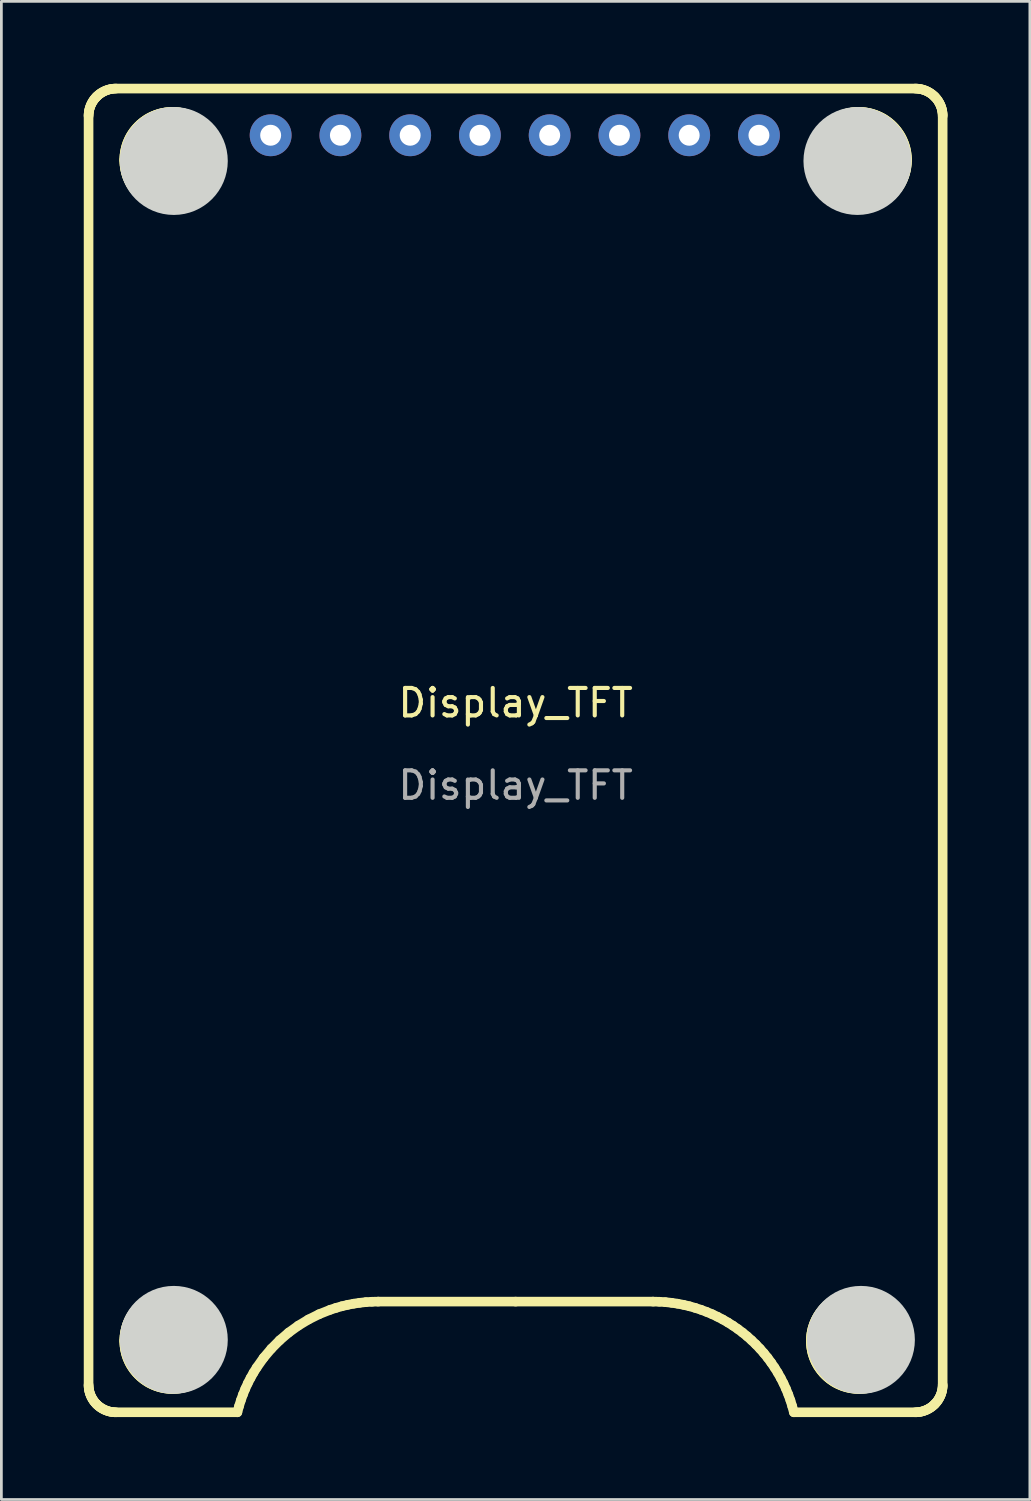
<source format=kicad_pcb>
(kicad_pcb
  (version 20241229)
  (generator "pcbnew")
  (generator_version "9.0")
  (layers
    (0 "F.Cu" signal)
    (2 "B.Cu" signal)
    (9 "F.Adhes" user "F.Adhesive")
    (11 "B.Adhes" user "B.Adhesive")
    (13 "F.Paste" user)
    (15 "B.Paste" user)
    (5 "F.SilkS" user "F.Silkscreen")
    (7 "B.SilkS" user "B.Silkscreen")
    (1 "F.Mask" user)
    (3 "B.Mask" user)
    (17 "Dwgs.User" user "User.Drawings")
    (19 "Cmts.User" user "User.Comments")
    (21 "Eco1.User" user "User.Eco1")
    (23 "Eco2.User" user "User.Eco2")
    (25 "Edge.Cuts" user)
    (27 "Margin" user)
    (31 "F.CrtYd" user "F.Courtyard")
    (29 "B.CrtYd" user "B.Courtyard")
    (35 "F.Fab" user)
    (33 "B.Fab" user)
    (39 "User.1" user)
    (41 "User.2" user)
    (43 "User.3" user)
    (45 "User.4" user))
  (footprint "Display_TFT"
    (layer "F.Cu")
    (at 15.725 24.275)
    (property "Reference" "Display_TFT" (at 0 -1.73 0) (unlocked yes) (layer "F.SilkS") (effects (font (size 1 1) (thickness 0.15))))
    (attr through_hole)
    (fp_line (start -15.55 23.1) (end -15.55 -23.1) (stroke (width 0.35) (type solid)) (layer "F.SilkS"))
    (fp_line (start -15.55 23.1) (end -15.549 23.15) (stroke (width 0.35) (type solid)) (layer "F.SilkS"))
    (fp_line (start -15.549 -23.15) (end -15.55 -23.1) (stroke (width 0.35) (type solid)) (layer "F.SilkS"))
    (fp_line (start -15.549 23.15) (end -15.545 23.199) (stroke (width 0.35) (type solid)) (layer "F.SilkS"))
    (fp_line (start -15.545 -23.199) (end -15.549 -23.15) (stroke (width 0.35) (type solid)) (layer "F.SilkS"))
    (fp_line (start -15.545 23.199) (end -15.539 23.248) (stroke (width 0.35) (type solid)) (layer "F.SilkS"))
    (fp_line (start -15.539 -23.248) (end -15.545 -23.199) (stroke (width 0.35) (type solid)) (layer "F.SilkS"))
    (fp_line (start -15.539 23.248) (end -15.531 23.296) (stroke (width 0.35) (type solid)) (layer "F.SilkS"))
    (fp_line (start -15.531 -23.296) (end -15.539 -23.248) (stroke (width 0.35) (type solid)) (layer "F.SilkS"))
    (fp_line (start -15.531 23.296) (end -15.52 23.344) (stroke (width 0.35) (type solid)) (layer "F.SilkS"))
    (fp_line (start -15.52 -23.344) (end -15.531 -23.296) (stroke (width 0.35) (type solid)) (layer "F.SilkS"))
    (fp_line (start -15.52 23.344) (end -15.507 23.391) (stroke (width 0.35) (type solid)) (layer "F.SilkS"))
    (fp_line (start -15.507 -23.391) (end -15.52 -23.344) (stroke (width 0.35) (type solid)) (layer "F.SilkS"))
    (fp_line (start -15.507 23.391) (end -15.491 23.437) (stroke (width 0.35) (type solid)) (layer "F.SilkS"))
    (fp_line (start -15.491 -23.437) (end -15.507 -23.391) (stroke (width 0.35) (type solid)) (layer "F.SilkS"))
    (fp_line (start -15.491 23.437) (end -15.474 23.483) (stroke (width 0.35) (type solid)) (layer "F.SilkS"))
    (fp_line (start -15.474 -23.483) (end -15.491 -23.437) (stroke (width 0.35) (type solid)) (layer "F.SilkS"))
    (fp_line (start -15.474 23.483) (end -15.454 23.527) (stroke (width 0.35) (type solid)) (layer "F.SilkS"))
    (fp_line (start -15.454 -23.527) (end -15.474 -23.483) (stroke (width 0.35) (type solid)) (layer "F.SilkS"))
    (fp_line (start -15.454 23.527) (end -15.432 23.571) (stroke (width 0.35) (type solid)) (layer "F.SilkS"))
    (fp_line (start -15.432 -23.571) (end -15.454 -23.527) (stroke (width 0.35) (type solid)) (layer "F.SilkS"))
    (fp_line (start -15.432 23.571) (end -15.408 23.613) (stroke (width 0.35) (type solid)) (layer "F.SilkS"))
    (fp_line (start -15.408 -23.613) (end -15.432 -23.571) (stroke (width 0.35) (type solid)) (layer "F.SilkS"))
    (fp_line (start -15.408 23.613) (end -15.382 23.655) (stroke (width 0.35) (type solid)) (layer "F.SilkS"))
    (fp_line (start -15.382 -23.655) (end -15.408 -23.613) (stroke (width 0.35) (type solid)) (layer "F.SilkS"))
    (fp_line (start -15.382 23.655) (end -15.354 23.695) (stroke (width 0.35) (type solid)) (layer "F.SilkS"))
    (fp_line (start -15.354 -23.695) (end -15.382 -23.655) (stroke (width 0.35) (type solid)) (layer "F.SilkS"))
    (fp_line (start -15.354 23.695) (end -15.324 23.734) (stroke (width 0.35) (type solid)) (layer "F.SilkS"))
    (fp_line (start -15.324 -23.734) (end -15.354 -23.695) (stroke (width 0.35) (type solid)) (layer "F.SilkS"))
    (fp_line (start -15.324 23.734) (end -15.291 23.771) (stroke (width 0.35) (type solid)) (layer "F.SilkS"))
    (fp_line (start -15.291 -23.771) (end -15.324 -23.734) (stroke (width 0.35) (type solid)) (layer "F.SilkS"))
    (fp_line (start -15.291 23.771) (end -15.257 23.807) (stroke (width 0.35) (type solid)) (layer "F.SilkS"))
    (fp_line (start -15.257 -23.807) (end -15.291 -23.771) (stroke (width 0.35) (type solid)) (layer "F.SilkS"))
    (fp_line (start -15.257 -23.807) (end -15.257 -23.807) (stroke (width 0.35) (type solid)) (layer "F.SilkS"))
    (fp_line (start -15.257 23.807) (end -15.257 23.807) (stroke (width 0.35) (type solid)) (layer "F.SilkS"))
    (fp_line (start -15.257 23.807) (end -15.221 23.841) (stroke (width 0.35) (type solid)) (layer "F.SilkS"))
    (fp_line (start -15.221 -23.841) (end -15.257 -23.807) (stroke (width 0.35) (type solid)) (layer "F.SilkS"))
    (fp_line (start -15.221 23.841) (end -15.184 23.874) (stroke (width 0.35) (type solid)) (layer "F.SilkS"))
    (fp_line (start -15.184 -23.874) (end -15.221 -23.841) (stroke (width 0.35) (type solid)) (layer "F.SilkS"))
    (fp_line (start -15.184 23.874) (end -15.145 23.904) (stroke (width 0.35) (type solid)) (layer "F.SilkS"))
    (fp_line (start -15.145 -23.904) (end -15.184 -23.874) (stroke (width 0.35) (type solid)) (layer "F.SilkS"))
    (fp_line (start -15.145 23.904) (end -15.105 23.932) (stroke (width 0.35) (type solid)) (layer "F.SilkS"))
    (fp_line (start -15.105 -23.932) (end -15.145 -23.904) (stroke (width 0.35) (type solid)) (layer "F.SilkS"))
    (fp_line (start -15.105 23.932) (end -15.063 23.958) (stroke (width 0.35) (type solid)) (layer "F.SilkS"))
    (fp_line (start -15.063 -23.958) (end -15.105 -23.932) (stroke (width 0.35) (type solid)) (layer "F.SilkS"))
    (fp_line (start -15.063 23.958) (end -15.021 23.982) (stroke (width 0.35) (type solid)) (layer "F.SilkS"))
    (fp_line (start -15.021 -23.982) (end -15.063 -23.958) (stroke (width 0.35) (type solid)) (layer "F.SilkS"))
    (fp_line (start -15.021 23.982) (end -14.977 24.004) (stroke (width 0.35) (type solid)) (layer "F.SilkS"))
    (fp_line (start -14.977 -24.004) (end -15.021 -23.982) (stroke (width 0.35) (type solid)) (layer "F.SilkS"))
    (fp_line (start -14.977 24.004) (end -14.933 24.024) (stroke (width 0.35) (type solid)) (layer "F.SilkS"))
    (fp_line (start -14.933 -24.024) (end -14.977 -24.004) (stroke (width 0.35) (type solid)) (layer "F.SilkS"))
    (fp_line (start -14.933 24.024) (end -14.887 24.041) (stroke (width 0.35) (type solid)) (layer "F.SilkS"))
    (fp_line (start -14.887 -24.041) (end -14.933 -24.024) (stroke (width 0.35) (type solid)) (layer "F.SilkS"))
    (fp_line (start -14.887 24.041) (end -14.841 24.057) (stroke (width 0.35) (type solid)) (layer "F.SilkS"))
    (fp_line (start -14.841 -24.057) (end -14.887 -24.041) (stroke (width 0.35) (type solid)) (layer "F.SilkS"))
    (fp_line (start -14.841 24.057) (end -14.794 24.07) (stroke (width 0.35) (type solid)) (layer "F.SilkS"))
    (fp_line (start -14.794 -24.07) (end -14.841 -24.057) (stroke (width 0.35) (type solid)) (layer "F.SilkS"))
    (fp_line (start -14.794 24.07) (end -14.746 24.081) (stroke (width 0.35) (type solid)) (layer "F.SilkS"))
    (fp_line (start -14.746 -24.081) (end -14.794 -24.07) (stroke (width 0.35) (type solid)) (layer "F.SilkS"))
    (fp_line (start -14.746 24.081) (end -14.698 24.089) (stroke (width 0.35) (type solid)) (layer "F.SilkS"))
    (fp_line (start -14.698 -24.089) (end -14.746 -24.081) (stroke (width 0.35) (type solid)) (layer "F.SilkS"))
    (fp_line (start -14.698 24.089) (end -14.649 24.095) (stroke (width 0.35) (type solid)) (layer "F.SilkS"))
    (fp_line (start -14.649 -24.095) (end -14.698 -24.089) (stroke (width 0.35) (type solid)) (layer "F.SilkS"))
    (fp_line (start -14.649 24.095) (end -14.6 24.099) (stroke (width 0.35) (type solid)) (layer "F.SilkS"))
    (fp_line (start -14.6 -24.099) (end -14.649 -24.095) (stroke (width 0.35) (type solid)) (layer "F.SilkS"))
    (fp_line (start -14.6 24.099) (end -14.55 24.1) (stroke (width 0.35) (type solid)) (layer "F.SilkS"))
    (fp_line (start -14.55 -24.1) (end -14.6 -24.099) (stroke (width 0.35) (type solid)) (layer "F.SilkS"))
    (fp_line (start -14.55 -24.1) (end 14.55 -24.1) (stroke (width 0.35) (type solid)) (layer "F.SilkS"))
    (fp_line (start -14.25 -21.5) (end -14.25 -21.5) (stroke (width 0.35) (type solid)) (layer "F.SilkS"))
    (fp_line (start -14.25 -21.5) (end -14.248 -21.41) (stroke (width 0.35) (type solid)) (layer "F.SilkS"))
    (fp_line (start -14.25 21.5) (end -14.25 21.5) (stroke (width 0.35) (type solid)) (layer "F.SilkS"))
    (fp_line (start -14.25 21.5) (end -14.248 21.59) (stroke (width 0.35) (type solid)) (layer "F.SilkS"))
    (fp_line (start -14.248 -21.59) (end -14.25 -21.5) (stroke (width 0.35) (type solid)) (layer "F.SilkS"))
    (fp_line (start -14.248 -21.41) (end -14.241 -21.321) (stroke (width 0.35) (type solid)) (layer "F.SilkS"))
    (fp_line (start -14.248 21.41) (end -14.25 21.5) (stroke (width 0.35) (type solid)) (layer "F.SilkS"))
    (fp_line (start -14.248 21.59) (end -14.241 21.679) (stroke (width 0.35) (type solid)) (layer "F.SilkS"))
    (fp_line (start -14.241 -21.679) (end -14.248 -21.59) (stroke (width 0.35) (type solid)) (layer "F.SilkS"))
    (fp_line (start -14.241 -21.321) (end -14.23 -21.233) (stroke (width 0.35) (type solid)) (layer "F.SilkS"))
    (fp_line (start -14.241 21.321) (end -14.248 21.41) (stroke (width 0.35) (type solid)) (layer "F.SilkS"))
    (fp_line (start -14.241 21.679) (end -14.23 21.767) (stroke (width 0.35) (type solid)) (layer "F.SilkS"))
    (fp_line (start -14.23 -21.767) (end -14.241 -21.679) (stroke (width 0.35) (type solid)) (layer "F.SilkS"))
    (fp_line (start -14.23 -21.233) (end -14.214 -21.147) (stroke (width 0.35) (type solid)) (layer "F.SilkS"))
    (fp_line (start -14.23 21.233) (end -14.241 21.321) (stroke (width 0.35) (type solid)) (layer "F.SilkS"))
    (fp_line (start -14.23 21.767) (end -14.214 21.853) (stroke (width 0.35) (type solid)) (layer "F.SilkS"))
    (fp_line (start -14.214 -21.853) (end -14.23 -21.767) (stroke (width 0.35) (type solid)) (layer "F.SilkS"))
    (fp_line (start -14.214 -21.147) (end -14.195 -21.063) (stroke (width 0.35) (type solid)) (layer "F.SilkS"))
    (fp_line (start -14.214 21.147) (end -14.23 21.233) (stroke (width 0.35) (type solid)) (layer "F.SilkS"))
    (fp_line (start -14.214 21.853) (end -14.195 21.937) (stroke (width 0.35) (type solid)) (layer "F.SilkS"))
    (fp_line (start -14.195 -21.937) (end -14.214 -21.853) (stroke (width 0.35) (type solid)) (layer "F.SilkS"))
    (fp_line (start -14.195 -21.063) (end -14.171 -20.98) (stroke (width 0.35) (type solid)) (layer "F.SilkS"))
    (fp_line (start -14.195 21.063) (end -14.214 21.147) (stroke (width 0.35) (type solid)) (layer "F.SilkS"))
    (fp_line (start -14.195 21.937) (end -14.171 22.02) (stroke (width 0.35) (type solid)) (layer "F.SilkS"))
    (fp_line (start -14.171 -22.02) (end -14.195 -21.937) (stroke (width 0.35) (type solid)) (layer "F.SilkS"))
    (fp_line (start -14.171 -20.98) (end -14.144 -20.898) (stroke (width 0.35) (type solid)) (layer "F.SilkS"))
    (fp_line (start -14.171 20.98) (end -14.195 21.063) (stroke (width 0.35) (type solid)) (layer "F.SilkS"))
    (fp_line (start -14.171 22.02) (end -14.144 22.102) (stroke (width 0.35) (type solid)) (layer "F.SilkS"))
    (fp_line (start -14.144 -22.102) (end -14.171 -22.02) (stroke (width 0.35) (type solid)) (layer "F.SilkS"))
    (fp_line (start -14.144 -20.898) (end -14.112 -20.819) (stroke (width 0.35) (type solid)) (layer "F.SilkS"))
    (fp_line (start -14.144 20.898) (end -14.171 20.98) (stroke (width 0.35) (type solid)) (layer "F.SilkS"))
    (fp_line (start -14.144 22.102) (end -14.112 22.181) (stroke (width 0.35) (type solid)) (layer "F.SilkS"))
    (fp_line (start -14.112 -22.181) (end -14.144 -22.102) (stroke (width 0.35) (type solid)) (layer "F.SilkS"))
    (fp_line (start -14.112 -20.819) (end -14.077 -20.741) (stroke (width 0.35) (type solid)) (layer "F.SilkS"))
    (fp_line (start -14.112 20.819) (end -14.144 20.898) (stroke (width 0.35) (type solid)) (layer "F.SilkS"))
    (fp_line (start -14.112 22.181) (end -14.077 22.259) (stroke (width 0.35) (type solid)) (layer "F.SilkS"))
    (fp_line (start -14.077 -22.259) (end -14.112 -22.181) (stroke (width 0.35) (type solid)) (layer "F.SilkS"))
    (fp_line (start -14.077 -20.741) (end -14.039 -20.666) (stroke (width 0.35) (type solid)) (layer "F.SilkS"))
    (fp_line (start -14.077 20.741) (end -14.112 20.819) (stroke (width 0.35) (type solid)) (layer "F.SilkS"))
    (fp_line (start -14.077 22.259) (end -14.039 22.334) (stroke (width 0.35) (type solid)) (layer "F.SilkS"))
    (fp_line (start -14.039 -22.334) (end -14.077 -22.259) (stroke (width 0.35) (type solid)) (layer "F.SilkS"))
    (fp_line (start -14.039 -20.666) (end -13.997 -20.593) (stroke (width 0.35) (type solid)) (layer "F.SilkS"))
    (fp_line (start -14.039 20.666) (end -14.077 20.741) (stroke (width 0.35) (type solid)) (layer "F.SilkS"))
    (fp_line (start -14.039 22.334) (end -13.997 22.407) (stroke (width 0.35) (type solid)) (layer "F.SilkS"))
    (fp_line (start -13.997 -22.407) (end -14.039 -22.334) (stroke (width 0.35) (type solid)) (layer "F.SilkS"))
    (fp_line (start -13.997 -20.593) (end -13.951 -20.522) (stroke (width 0.35) (type solid)) (layer "F.SilkS"))
    (fp_line (start -13.997 20.593) (end -14.039 20.666) (stroke (width 0.35) (type solid)) (layer "F.SilkS"))
    (fp_line (start -13.997 22.407) (end -13.951 22.478) (stroke (width 0.35) (type solid)) (layer "F.SilkS"))
    (fp_line (start -13.951 -22.478) (end -13.997 -22.407) (stroke (width 0.35) (type solid)) (layer "F.SilkS"))
    (fp_line (start -13.951 -20.522) (end -13.902 -20.453) (stroke (width 0.35) (type solid)) (layer "F.SilkS"))
    (fp_line (start -13.951 20.522) (end -13.997 20.593) (stroke (width 0.35) (type solid)) (layer "F.SilkS"))
    (fp_line (start -13.951 22.478) (end -13.902 22.547) (stroke (width 0.35) (type solid)) (layer "F.SilkS"))
    (fp_line (start -13.902 -22.547) (end -13.951 -22.478) (stroke (width 0.35) (type solid)) (layer "F.SilkS"))
    (fp_line (start -13.902 -20.453) (end -13.85 -20.387) (stroke (width 0.35) (type solid)) (layer "F.SilkS"))
    (fp_line (start -13.902 20.453) (end -13.951 20.522) (stroke (width 0.35) (type solid)) (layer "F.SilkS"))
    (fp_line (start -13.902 22.547) (end -13.85 22.613) (stroke (width 0.35) (type solid)) (layer "F.SilkS"))
    (fp_line (start -13.85 -22.613) (end -13.902 -22.547) (stroke (width 0.35) (type solid)) (layer "F.SilkS"))
    (fp_line (start -13.85 -20.387) (end -13.795 -20.323) (stroke (width 0.35) (type solid)) (layer "F.SilkS"))
    (fp_line (start -13.85 20.387) (end -13.902 20.453) (stroke (width 0.35) (type solid)) (layer "F.SilkS"))
    (fp_line (start -13.85 22.613) (end -13.795 22.677) (stroke (width 0.35) (type solid)) (layer "F.SilkS"))
    (fp_line (start -13.795 -22.677) (end -13.85 -22.613) (stroke (width 0.35) (type solid)) (layer "F.SilkS"))
    (fp_line (start -13.795 -20.323) (end -13.737 -20.263) (stroke (width 0.35) (type solid)) (layer "F.SilkS"))
    (fp_line (start -13.795 20.323) (end -13.85 20.387) (stroke (width 0.35) (type solid)) (layer "F.SilkS"))
    (fp_line (start -13.795 22.677) (end -13.737 22.737) (stroke (width 0.35) (type solid)) (layer "F.SilkS"))
    (fp_line (start -13.737 -22.737) (end -13.795 -22.677) (stroke (width 0.35) (type solid)) (layer "F.SilkS"))
    (fp_line (start -13.737 -20.263) (end -13.677 -20.205) (stroke (width 0.35) (type solid)) (layer "F.SilkS"))
    (fp_line (start -13.737 20.263) (end -13.795 20.323) (stroke (width 0.35) (type solid)) (layer "F.SilkS"))
    (fp_line (start -13.737 22.737) (end -13.677 22.795) (stroke (width 0.35) (type solid)) (layer "F.SilkS"))
    (fp_line (start -13.677 -22.795) (end -13.737 -22.737) (stroke (width 0.35) (type solid)) (layer "F.SilkS"))
    (fp_line (start -13.677 -20.205) (end -13.613 -20.15) (stroke (width 0.35) (type solid)) (layer "F.SilkS"))
    (fp_line (start -13.677 20.205) (end -13.737 20.263) (stroke (width 0.35) (type solid)) (layer "F.SilkS"))
    (fp_line (start -13.677 22.795) (end -13.613 22.85) (stroke (width 0.35) (type solid)) (layer "F.SilkS"))
    (fp_line (start -13.613 -22.85) (end -13.677 -22.795) (stroke (width 0.35) (type solid)) (layer "F.SilkS"))
    (fp_line (start -13.613 -20.15) (end -13.547 -20.098) (stroke (width 0.35) (type solid)) (layer "F.SilkS"))
    (fp_line (start -13.613 20.15) (end -13.677 20.205) (stroke (width 0.35) (type solid)) (layer "F.SilkS"))
    (fp_line (start -13.613 22.85) (end -13.547 22.902) (stroke (width 0.35) (type solid)) (layer "F.SilkS"))
    (fp_line (start -13.547 -22.902) (end -13.613 -22.85) (stroke (width 0.35) (type solid)) (layer "F.SilkS"))
    (fp_line (start -13.547 -20.098) (end -13.478 -20.049) (stroke (width 0.35) (type solid)) (layer "F.SilkS"))
    (fp_line (start -13.547 20.098) (end -13.613 20.15) (stroke (width 0.35) (type solid)) (layer "F.SilkS"))
    (fp_line (start -13.547 22.902) (end -13.478 22.951) (stroke (width 0.35) (type solid)) (layer "F.SilkS"))
    (fp_line (start -13.478 -22.951) (end -13.547 -22.902) (stroke (width 0.35) (type solid)) (layer "F.SilkS"))
    (fp_line (start -13.478 -20.049) (end -13.407 -20.003) (stroke (width 0.35) (type solid)) (layer "F.SilkS"))
    (fp_line (start -13.478 20.049) (end -13.547 20.098) (stroke (width 0.35) (type solid)) (layer "F.SilkS"))
    (fp_line (start -13.478 22.951) (end -13.407 22.997) (stroke (width 0.35) (type solid)) (layer "F.SilkS"))
    (fp_line (start -13.407 -22.997) (end -13.478 -22.951) (stroke (width 0.35) (type solid)) (layer "F.SilkS"))
    (fp_line (start -13.407 -20.003) (end -13.334 -19.961) (stroke (width 0.35) (type solid)) (layer "F.SilkS"))
    (fp_line (start -13.407 20.003) (end -13.478 20.049) (stroke (width 0.35) (type solid)) (layer "F.SilkS"))
    (fp_line (start -13.407 22.997) (end -13.334 23.039) (stroke (width 0.35) (type solid)) (layer "F.SilkS"))
    (fp_line (start -13.334 -23.039) (end -13.407 -22.997) (stroke (width 0.35) (type solid)) (layer "F.SilkS"))
    (fp_line (start -13.334 -19.961) (end -13.259 -19.923) (stroke (width 0.35) (type solid)) (layer "F.SilkS"))
    (fp_line (start -13.334 19.961) (end -13.407 20.003) (stroke (width 0.35) (type solid)) (layer "F.SilkS"))
    (fp_line (start -13.334 23.039) (end -13.259 23.077) (stroke (width 0.35) (type solid)) (layer "F.SilkS"))
    (fp_line (start -13.259 -23.077) (end -13.334 -23.039) (stroke (width 0.35) (type solid)) (layer "F.SilkS"))
    (fp_line (start -13.259 -19.923) (end -13.181 -19.888) (stroke (width 0.35) (type solid)) (layer "F.SilkS"))
    (fp_line (start -13.259 19.923) (end -13.334 19.961) (stroke (width 0.35) (type solid)) (layer "F.SilkS"))
    (fp_line (start -13.259 23.077) (end -13.181 23.112) (stroke (width 0.35) (type solid)) (layer "F.SilkS"))
    (fp_line (start -13.181 -23.112) (end -13.259 -23.077) (stroke (width 0.35) (type solid)) (layer "F.SilkS"))
    (fp_line (start -13.181 -19.888) (end -13.102 -19.856) (stroke (width 0.35) (type solid)) (layer "F.SilkS"))
    (fp_line (start -13.181 19.888) (end -13.259 19.923) (stroke (width 0.35) (type solid)) (layer "F.SilkS"))
    (fp_line (start -13.181 23.112) (end -13.102 23.144) (stroke (width 0.35) (type solid)) (layer "F.SilkS"))
    (fp_line (start -13.102 -23.144) (end -13.181 -23.112) (stroke (width 0.35) (type solid)) (layer "F.SilkS"))
    (fp_line (start -13.102 -19.856) (end -13.02 -19.829) (stroke (width 0.35) (type solid)) (layer "F.SilkS"))
    (fp_line (start -13.102 19.856) (end -13.181 19.888) (stroke (width 0.35) (type solid)) (layer "F.SilkS"))
    (fp_line (start -13.102 23.144) (end -13.02 23.171) (stroke (width 0.35) (type solid)) (layer "F.SilkS"))
    (fp_line (start -13.02 -23.171) (end -13.102 -23.144) (stroke (width 0.35) (type solid)) (layer "F.SilkS"))
    (fp_line (start -13.02 -19.829) (end -12.937 -19.805) (stroke (width 0.35) (type solid)) (layer "F.SilkS"))
    (fp_line (start -13.02 19.829) (end -13.102 19.856) (stroke (width 0.35) (type solid)) (layer "F.SilkS"))
    (fp_line (start -13.02 23.171) (end -12.937 23.195) (stroke (width 0.35) (type solid)) (layer "F.SilkS"))
    (fp_line (start -12.937 -23.195) (end -13.02 -23.171) (stroke (width 0.35) (type solid)) (layer "F.SilkS"))
    (fp_line (start -12.937 -19.805) (end -12.853 -19.786) (stroke (width 0.35) (type solid)) (layer "F.SilkS"))
    (fp_line (start -12.937 19.805) (end -13.02 19.829) (stroke (width 0.35) (type solid)) (layer "F.SilkS"))
    (fp_line (start -12.937 23.195) (end -12.853 23.214) (stroke (width 0.35) (type solid)) (layer "F.SilkS"))
    (fp_line (start -12.853 -23.214) (end -12.937 -23.195) (stroke (width 0.35) (type solid)) (layer "F.SilkS"))
    (fp_line (start -12.853 -19.786) (end -12.767 -19.77) (stroke (width 0.35) (type solid)) (layer "F.SilkS"))
    (fp_line (start -12.853 19.786) (end -12.937 19.805) (stroke (width 0.35) (type solid)) (layer "F.SilkS"))
    (fp_line (start -12.853 23.214) (end -12.767 23.23) (stroke (width 0.35) (type solid)) (layer "F.SilkS"))
    (fp_line (start -12.767 -23.23) (end -12.853 -23.214) (stroke (width 0.35) (type solid)) (layer "F.SilkS"))
    (fp_line (start -12.767 -19.77) (end -12.679 -19.759) (stroke (width 0.35) (type solid)) (layer "F.SilkS"))
    (fp_line (start -12.767 19.77) (end -12.853 19.786) (stroke (width 0.35) (type solid)) (layer "F.SilkS"))
    (fp_line (start -12.767 23.23) (end -12.679 23.241) (stroke (width 0.35) (type solid)) (layer "F.SilkS"))
    (fp_line (start -12.679 -23.241) (end -12.767 -23.23) (stroke (width 0.35) (type solid)) (layer "F.SilkS"))
    (fp_line (start -12.679 -19.759) (end -12.59 -19.752) (stroke (width 0.35) (type solid)) (layer "F.SilkS"))
    (fp_line (start -12.679 19.759) (end -12.767 19.77) (stroke (width 0.35) (type solid)) (layer "F.SilkS"))
    (fp_line (start -12.679 23.241) (end -12.59 23.248) (stroke (width 0.35) (type solid)) (layer "F.SilkS"))
    (fp_line (start -12.59 -23.248) (end -12.679 -23.241) (stroke (width 0.35) (type solid)) (layer "F.SilkS"))
    (fp_line (start -12.59 -19.752) (end -12.5 -19.75) (stroke (width 0.35) (type solid)) (layer "F.SilkS"))
    (fp_line (start -12.59 19.752) (end -12.679 19.759) (stroke (width 0.35) (type solid)) (layer "F.SilkS"))
    (fp_line (start -12.59 23.248) (end -12.5 23.25) (stroke (width 0.35) (type solid)) (layer "F.SilkS"))
    (fp_line (start -12.5 -23.25) (end -12.59 -23.248) (stroke (width 0.35) (type solid)) (layer "F.SilkS"))
    (fp_line (start -12.5 -23.25) (end -12.5 -23.25) (stroke (width 0.35) (type solid)) (layer "F.SilkS"))
    (fp_line (start -12.5 -19.75) (end -12.5 -19.75) (stroke (width 0.35) (type solid)) (layer "F.SilkS"))
    (fp_line (start -12.5 -19.75) (end -12.41 -19.752) (stroke (width 0.35) (type solid)) (layer "F.SilkS"))
    (fp_line (start -12.5 19.75) (end -12.59 19.752) (stroke (width 0.35) (type solid)) (layer "F.SilkS"))
    (fp_line (start -12.5 19.75) (end -12.5 19.75) (stroke (width 0.35) (type solid)) (layer "F.SilkS"))
    (fp_line (start -12.5 23.25) (end -12.5 23.25) (stroke (width 0.35) (type solid)) (layer "F.SilkS"))
    (fp_line (start -12.5 23.25) (end -12.41 23.248) (stroke (width 0.35) (type solid)) (layer "F.SilkS"))
    (fp_line (start -12.41 -23.248) (end -12.5 -23.25) (stroke (width 0.35) (type solid)) (layer "F.SilkS"))
    (fp_line (start -12.41 -19.752) (end -12.321 -19.759) (stroke (width 0.35) (type solid)) (layer "F.SilkS"))
    (fp_line (start -12.41 19.752) (end -12.5 19.75) (stroke (width 0.35) (type solid)) (layer "F.SilkS"))
    (fp_line (start -12.41 23.248) (end -12.321 23.241) (stroke (width 0.35) (type solid)) (layer "F.SilkS"))
    (fp_line (start -12.321 -23.241) (end -12.41 -23.248) (stroke (width 0.35) (type solid)) (layer "F.SilkS"))
    (fp_line (start -12.321 -19.759) (end -12.233 -19.77) (stroke (width 0.35) (type solid)) (layer "F.SilkS"))
    (fp_line (start -12.321 19.759) (end -12.41 19.752) (stroke (width 0.35) (type solid)) (layer "F.SilkS"))
    (fp_line (start -12.321 23.241) (end -12.233 23.23) (stroke (width 0.35) (type solid)) (layer "F.SilkS"))
    (fp_line (start -12.233 -23.23) (end -12.321 -23.241) (stroke (width 0.35) (type solid)) (layer "F.SilkS"))
    (fp_line (start -12.233 -19.77) (end -12.147 -19.786) (stroke (width 0.35) (type solid)) (layer "F.SilkS"))
    (fp_line (start -12.233 19.77) (end -12.321 19.759) (stroke (width 0.35) (type solid)) (layer "F.SilkS"))
    (fp_line (start -12.233 23.23) (end -12.147 23.214) (stroke (width 0.35) (type solid)) (layer "F.SilkS"))
    (fp_line (start -12.147 -23.214) (end -12.233 -23.23) (stroke (width 0.35) (type solid)) (layer "F.SilkS"))
    (fp_line (start -12.147 -19.786) (end -12.063 -19.805) (stroke (width 0.35) (type solid)) (layer "F.SilkS"))
    (fp_line (start -12.147 19.786) (end -12.233 19.77) (stroke (width 0.35) (type solid)) (layer "F.SilkS"))
    (fp_line (start -12.147 23.214) (end -12.063 23.195) (stroke (width 0.35) (type solid)) (layer "F.SilkS"))
    (fp_line (start -12.063 -23.195) (end -12.147 -23.214) (stroke (width 0.35) (type solid)) (layer "F.SilkS"))
    (fp_line (start -12.063 -19.805) (end -11.98 -19.829) (stroke (width 0.35) (type solid)) (layer "F.SilkS"))
    (fp_line (start -12.063 19.805) (end -12.147 19.786) (stroke (width 0.35) (type solid)) (layer "F.SilkS"))
    (fp_line (start -12.063 23.195) (end -11.98 23.171) (stroke (width 0.35) (type solid)) (layer "F.SilkS"))
    (fp_line (start -11.98 -23.171) (end -12.063 -23.195) (stroke (width 0.35) (type solid)) (layer "F.SilkS"))
    (fp_line (start -11.98 -19.829) (end -11.898 -19.856) (stroke (width 0.35) (type solid)) (layer "F.SilkS"))
    (fp_line (start -11.98 19.829) (end -12.063 19.805) (stroke (width 0.35) (type solid)) (layer "F.SilkS"))
    (fp_line (start -11.98 23.171) (end -11.898 23.144) (stroke (width 0.35) (type solid)) (layer "F.SilkS"))
    (fp_line (start -11.898 -23.144) (end -11.98 -23.171) (stroke (width 0.35) (type solid)) (layer "F.SilkS"))
    (fp_line (start -11.898 -19.856) (end -11.819 -19.888) (stroke (width 0.35) (type solid)) (layer "F.SilkS"))
    (fp_line (start -11.898 19.856) (end -11.98 19.829) (stroke (width 0.35) (type solid)) (layer "F.SilkS"))
    (fp_line (start -11.898 23.144) (end -11.819 23.112) (stroke (width 0.35) (type solid)) (layer "F.SilkS"))
    (fp_line (start -11.819 -23.112) (end -11.898 -23.144) (stroke (width 0.35) (type solid)) (layer "F.SilkS"))
    (fp_line (start -11.819 -19.888) (end -11.741 -19.923) (stroke (width 0.35) (type solid)) (layer "F.SilkS"))
    (fp_line (start -11.819 19.888) (end -11.898 19.856) (stroke (width 0.35) (type solid)) (layer "F.SilkS"))
    (fp_line (start -11.819 23.112) (end -11.741 23.077) (stroke (width 0.35) (type solid)) (layer "F.SilkS"))
    (fp_line (start -11.741 -23.077) (end -11.819 -23.112) (stroke (width 0.35) (type solid)) (layer "F.SilkS"))
    (fp_line (start -11.741 -19.923) (end -11.666 -19.961) (stroke (width 0.35) (type solid)) (layer "F.SilkS"))
    (fp_line (start -11.741 19.923) (end -11.819 19.888) (stroke (width 0.35) (type solid)) (layer "F.SilkS"))
    (fp_line (start -11.741 23.077) (end -11.666 23.039) (stroke (width 0.35) (type solid)) (layer "F.SilkS"))
    (fp_line (start -11.666 -23.039) (end -11.741 -23.077) (stroke (width 0.35) (type solid)) (layer "F.SilkS"))
    (fp_line (start -11.666 -19.961) (end -11.593 -20.003) (stroke (width 0.35) (type solid)) (layer "F.SilkS"))
    (fp_line (start -11.666 19.961) (end -11.741 19.923) (stroke (width 0.35) (type solid)) (layer "F.SilkS"))
    (fp_line (start -11.666 23.039) (end -11.593 22.997) (stroke (width 0.35) (type solid)) (layer "F.SilkS"))
    (fp_line (start -11.593 -22.997) (end -11.666 -23.039) (stroke (width 0.35) (type solid)) (layer "F.SilkS"))
    (fp_line (start -11.593 -20.003) (end -11.522 -20.049) (stroke (width 0.35) (type solid)) (layer "F.SilkS"))
    (fp_line (start -11.593 20.003) (end -11.666 19.961) (stroke (width 0.35) (type solid)) (layer "F.SilkS"))
    (fp_line (start -11.593 22.997) (end -11.522 22.951) (stroke (width 0.35) (type solid)) (layer "F.SilkS"))
    (fp_line (start -11.522 -22.951) (end -11.593 -22.997) (stroke (width 0.35) (type solid)) (layer "F.SilkS"))
    (fp_line (start -11.522 -20.049) (end -11.453 -20.098) (stroke (width 0.35) (type solid)) (layer "F.SilkS"))
    (fp_line (start -11.522 20.049) (end -11.593 20.003) (stroke (width 0.35) (type solid)) (layer "F.SilkS"))
    (fp_line (start -11.522 22.951) (end -11.453 22.902) (stroke (width 0.35) (type solid)) (layer "F.SilkS"))
    (fp_line (start -11.453 -22.902) (end -11.522 -22.951) (stroke (width 0.35) (type solid)) (layer "F.SilkS"))
    (fp_line (start -11.453 -20.098) (end -11.387 -20.15) (stroke (width 0.35) (type solid)) (layer "F.SilkS"))
    (fp_line (start -11.453 20.098) (end -11.522 20.049) (stroke (width 0.35) (type solid)) (layer "F.SilkS"))
    (fp_line (start -11.453 22.902) (end -11.387 22.85) (stroke (width 0.35) (type solid)) (layer "F.SilkS"))
    (fp_line (start -11.387 -22.85) (end -11.453 -22.902) (stroke (width 0.35) (type solid)) (layer "F.SilkS"))
    (fp_line (start -11.387 -20.15) (end -11.323 -20.205) (stroke (width 0.35) (type solid)) (layer "F.SilkS"))
    (fp_line (start -11.387 20.15) (end -11.453 20.098) (stroke (width 0.35) (type solid)) (layer "F.SilkS"))
    (fp_line (start -11.387 22.85) (end -11.323 22.795) (stroke (width 0.35) (type solid)) (layer "F.SilkS"))
    (fp_line (start -11.323 -22.795) (end -11.387 -22.85) (stroke (width 0.35) (type solid)) (layer "F.SilkS"))
    (fp_line (start -11.323 -20.205) (end -11.263 -20.263) (stroke (width 0.35) (type solid)) (layer "F.SilkS"))
    (fp_line (start -11.323 20.205) (end -11.387 20.15) (stroke (width 0.35) (type solid)) (layer "F.SilkS"))
    (fp_line (start -11.323 22.795) (end -11.263 22.737) (stroke (width 0.35) (type solid)) (layer "F.SilkS"))
    (fp_line (start -11.263 -22.737) (end -11.323 -22.795) (stroke (width 0.35) (type solid)) (layer "F.SilkS"))
    (fp_line (start -11.263 -20.263) (end -11.205 -20.323) (stroke (width 0.35) (type solid)) (layer "F.SilkS"))
    (fp_line (start -11.263 20.263) (end -11.323 20.205) (stroke (width 0.35) (type solid)) (layer "F.SilkS"))
    (fp_line (start -11.263 22.737) (end -11.205 22.677) (stroke (width 0.35) (type solid)) (layer "F.SilkS"))
    (fp_line (start -11.205 -22.677) (end -11.263 -22.737) (stroke (width 0.35) (type solid)) (layer "F.SilkS"))
    (fp_line (start -11.205 -20.323) (end -11.15 -20.387) (stroke (width 0.35) (type solid)) (layer "F.SilkS"))
    (fp_line (start -11.205 20.323) (end -11.263 20.263) (stroke (width 0.35) (type solid)) (layer "F.SilkS"))
    (fp_line (start -11.205 22.677) (end -11.15 22.613) (stroke (width 0.35) (type solid)) (layer "F.SilkS"))
    (fp_line (start -11.15 -22.613) (end -11.205 -22.677) (stroke (width 0.35) (type solid)) (layer "F.SilkS"))
    (fp_line (start -11.15 -20.387) (end -11.098 -20.453) (stroke (width 0.35) (type solid)) (layer "F.SilkS"))
    (fp_line (start -11.15 20.387) (end -11.205 20.323) (stroke (width 0.35) (type solid)) (layer "F.SilkS"))
    (fp_line (start -11.15 22.613) (end -11.098 22.547) (stroke (width 0.35) (type solid)) (layer "F.SilkS"))
    (fp_line (start -11.098 -22.547) (end -11.15 -22.613) (stroke (width 0.35) (type solid)) (layer "F.SilkS"))
    (fp_line (start -11.098 -20.453) (end -11.049 -20.522) (stroke (width 0.35) (type solid)) (layer "F.SilkS"))
    (fp_line (start -11.098 20.453) (end -11.15 20.387) (stroke (width 0.35) (type solid)) (layer "F.SilkS"))
    (fp_line (start -11.098 22.547) (end -11.049 22.478) (stroke (width 0.35) (type solid)) (layer "F.SilkS"))
    (fp_line (start -11.049 -22.478) (end -11.098 -22.547) (stroke (width 0.35) (type solid)) (layer "F.SilkS"))
    (fp_line (start -11.049 -20.522) (end -11.003 -20.593) (stroke (width 0.35) (type solid)) (layer "F.SilkS"))
    (fp_line (start -11.049 20.522) (end -11.098 20.453) (stroke (width 0.35) (type solid)) (layer "F.SilkS"))
    (fp_line (start -11.049 22.478) (end -11.003 22.407) (stroke (width 0.35) (type solid)) (layer "F.SilkS"))
    (fp_line (start -11.003 -22.407) (end -11.049 -22.478) (stroke (width 0.35) (type solid)) (layer "F.SilkS"))
    (fp_line (start -11.003 -20.593) (end -10.961 -20.666) (stroke (width 0.35) (type solid)) (layer "F.SilkS"))
    (fp_line (start -11.003 20.593) (end -11.049 20.522) (stroke (width 0.35) (type solid)) (layer "F.SilkS"))
    (fp_line (start -11.003 22.407) (end -10.961 22.334) (stroke (width 0.35) (type solid)) (layer "F.SilkS"))
    (fp_line (start -10.961 -22.334) (end -11.003 -22.407) (stroke (width 0.35) (type solid)) (layer "F.SilkS"))
    (fp_line (start -10.961 -20.666) (end -10.923 -20.741) (stroke (width 0.35) (type solid)) (layer "F.SilkS"))
    (fp_line (start -10.961 20.666) (end -11.003 20.593) (stroke (width 0.35) (type solid)) (layer "F.SilkS"))
    (fp_line (start -10.961 22.334) (end -10.923 22.259) (stroke (width 0.35) (type solid)) (layer "F.SilkS"))
    (fp_line (start -10.923 -22.259) (end -10.961 -22.334) (stroke (width 0.35) (type solid)) (layer "F.SilkS"))
    (fp_line (start -10.923 -20.741) (end -10.888 -20.819) (stroke (width 0.35) (type solid)) (layer "F.SilkS"))
    (fp_line (start -10.923 20.741) (end -10.961 20.666) (stroke (width 0.35) (type solid)) (layer "F.SilkS"))
    (fp_line (start -10.923 22.259) (end -10.888 22.181) (stroke (width 0.35) (type solid)) (layer "F.SilkS"))
    (fp_line (start -10.888 -22.181) (end -10.923 -22.259) (stroke (width 0.35) (type solid)) (layer "F.SilkS"))
    (fp_line (start -10.888 -20.819) (end -10.856 -20.898) (stroke (width 0.35) (type solid)) (layer "F.SilkS"))
    (fp_line (start -10.888 20.819) (end -10.923 20.741) (stroke (width 0.35) (type solid)) (layer "F.SilkS"))
    (fp_line (start -10.888 22.181) (end -10.856 22.102) (stroke (width 0.35) (type solid)) (layer "F.SilkS"))
    (fp_line (start -10.856 -22.102) (end -10.888 -22.181) (stroke (width 0.35) (type solid)) (layer "F.SilkS"))
    (fp_line (start -10.856 -20.898) (end -10.829 -20.98) (stroke (width 0.35) (type solid)) (layer "F.SilkS"))
    (fp_line (start -10.856 20.898) (end -10.888 20.819) (stroke (width 0.35) (type solid)) (layer "F.SilkS"))
    (fp_line (start -10.856 22.102) (end -10.829 22.02) (stroke (width 0.35) (type solid)) (layer "F.SilkS"))
    (fp_line (start -10.829 -22.02) (end -10.856 -22.102) (stroke (width 0.35) (type solid)) (layer "F.SilkS"))
    (fp_line (start -10.829 -20.98) (end -10.805 -21.063) (stroke (width 0.35) (type solid)) (layer "F.SilkS"))
    (fp_line (start -10.829 20.98) (end -10.856 20.898) (stroke (width 0.35) (type solid)) (layer "F.SilkS"))
    (fp_line (start -10.829 22.02) (end -10.805 21.937) (stroke (width 0.35) (type solid)) (layer "F.SilkS"))
    (fp_line (start -10.805 -21.937) (end -10.829 -22.02) (stroke (width 0.35) (type solid)) (layer "F.SilkS"))
    (fp_line (start -10.805 -21.063) (end -10.786 -21.147) (stroke (width 0.35) (type solid)) (layer "F.SilkS"))
    (fp_line (start -10.805 21.063) (end -10.829 20.98) (stroke (width 0.35) (type solid)) (layer "F.SilkS"))
    (fp_line (start -10.805 21.937) (end -10.786 21.853) (stroke (width 0.35) (type solid)) (layer "F.SilkS"))
    (fp_line (start -10.786 -21.853) (end -10.805 -21.937) (stroke (width 0.35) (type solid)) (layer "F.SilkS"))
    (fp_line (start -10.786 -21.147) (end -10.77 -21.233) (stroke (width 0.35) (type solid)) (layer "F.SilkS"))
    (fp_line (start -10.786 21.147) (end -10.805 21.063) (stroke (width 0.35) (type solid)) (layer "F.SilkS"))
    (fp_line (start -10.786 21.853) (end -10.77 21.767) (stroke (width 0.35) (type solid)) (layer "F.SilkS"))
    (fp_line (start -10.77 -21.767) (end -10.786 -21.853) (stroke (width 0.35) (type solid)) (layer "F.SilkS"))
    (fp_line (start -10.77 -21.233) (end -10.759 -21.321) (stroke (width 0.35) (type solid)) (layer "F.SilkS"))
    (fp_line (start -10.77 21.233) (end -10.786 21.147) (stroke (width 0.35) (type solid)) (layer "F.SilkS"))
    (fp_line (start -10.77 21.767) (end -10.759 21.679) (stroke (width 0.35) (type solid)) (layer "F.SilkS"))
    (fp_line (start -10.759 -21.679) (end -10.77 -21.767) (stroke (width 0.35) (type solid)) (layer "F.SilkS"))
    (fp_line (start -10.759 -21.321) (end -10.752 -21.41) (stroke (width 0.35) (type solid)) (layer "F.SilkS"))
    (fp_line (start -10.759 21.321) (end -10.77 21.233) (stroke (width 0.35) (type solid)) (layer "F.SilkS"))
    (fp_line (start -10.759 21.679) (end -10.752 21.59) (stroke (width 0.35) (type solid)) (layer "F.SilkS"))
    (fp_line (start -10.752 -21.59) (end -10.759 -21.679) (stroke (width 0.35) (type solid)) (layer "F.SilkS"))
    (fp_line (start -10.752 -21.41) (end -10.75 -21.5) (stroke (width 0.35) (type solid)) (layer "F.SilkS"))
    (fp_line (start -10.752 21.41) (end -10.759 21.321) (stroke (width 0.35) (type solid)) (layer "F.SilkS"))
    (fp_line (start -10.752 21.59) (end -10.75 21.5) (stroke (width 0.35) (type solid)) (layer "F.SilkS"))
    (fp_line (start -10.75 -21.5) (end -10.752 -21.59) (stroke (width 0.35) (type solid)) (layer "F.SilkS"))
    (fp_line (start -10.75 -21.5) (end -10.75 -21.5) (stroke (width 0.35) (type solid)) (layer "F.SilkS"))
    (fp_line (start -10.75 -21.5) (end -10.75 -21.5) (stroke (width 0.35) (type solid)) (layer "F.SilkS"))
    (fp_line (start -10.75 21.5) (end -10.752 21.41) (stroke (width 0.35) (type solid)) (layer "F.SilkS"))
    (fp_line (start -10.75 21.5) (end -10.75 21.5) (stroke (width 0.35) (type solid)) (layer "F.SilkS"))
    (fp_line (start -10.75 21.5) (end -10.75 21.5) (stroke (width 0.35) (type solid)) (layer "F.SilkS"))
    (fp_line (start -10.131 24.1) (end -14.55 24.1) (stroke (width 0.35) (type solid)) (layer "F.SilkS"))
    (fp_line (start -10.072 23.88) (end -10.131 24.1) (stroke (width 0.35) (type solid)) (layer "F.SilkS"))
    (fp_line (start -10.005 23.665) (end -10.072 23.88) (stroke (width 0.35) (type solid)) (layer "F.SilkS"))
    (fp_line (start -9.929 23.454) (end -10.005 23.665) (stroke (width 0.35) (type solid)) (layer "F.SilkS"))
    (fp_line (start -9.845 23.248) (end -9.929 23.454) (stroke (width 0.35) (type solid)) (layer "F.SilkS"))
    (fp_line (start -9.753 23.046) (end -9.845 23.248) (stroke (width 0.35) (type solid)) (layer "F.SilkS"))
    (fp_line (start -9.652 22.85) (end -9.753 23.046) (stroke (width 0.35) (type solid)) (layer "F.SilkS"))
    (fp_line (start -9.544 22.658) (end -9.652 22.85) (stroke (width 0.35) (type solid)) (layer "F.SilkS"))
    (fp_line (start -9.429 22.473) (end -9.544 22.658) (stroke (width 0.35) (type solid)) (layer "F.SilkS"))
    (fp_line (start -9.177 22.117) (end -9.429 22.473) (stroke (width 0.35) (type solid)) (layer "F.SilkS"))
    (fp_line (start -8.897 21.786) (end -9.177 22.117) (stroke (width 0.35) (type solid)) (layer "F.SilkS"))
    (fp_line (start -8.592 21.479) (end -8.897 21.786) (stroke (width 0.35) (type solid)) (layer "F.SilkS"))
    (fp_line (start -8.264 21.198) (end -8.592 21.479) (stroke (width 0.35) (type solid)) (layer "F.SilkS"))
    (fp_line (start -7.913 20.945) (end -8.264 21.198) (stroke (width 0.35) (type solid)) (layer "F.SilkS"))
    (fp_line (start -7.543 20.721) (end -7.913 20.945) (stroke (width 0.35) (type solid)) (layer "F.SilkS"))
    (fp_line (start -7.155 20.528) (end -7.543 20.721) (stroke (width 0.35) (type solid)) (layer "F.SilkS"))
    (fp_line (start -6.75 20.367) (end -7.155 20.528) (stroke (width 0.35) (type solid)) (layer "F.SilkS"))
    (fp_line (start -6.542 20.299) (end -6.75 20.367) (stroke (width 0.35) (type solid)) (layer "F.SilkS"))
    (fp_line (start -6.33 20.239) (end -6.542 20.299) (stroke (width 0.35) (type solid)) (layer "F.SilkS"))
    (fp_line (start -6.116 20.188) (end -6.33 20.239) (stroke (width 0.35) (type solid)) (layer "F.SilkS"))
    (fp_line (start -5.898 20.146) (end -6.116 20.188) (stroke (width 0.35) (type solid)) (layer "F.SilkS"))
    (fp_line (start -5.678 20.113) (end -5.898 20.146) (stroke (width 0.35) (type solid)) (layer "F.SilkS"))
    (fp_line (start -5.455 20.089) (end -5.678 20.113) (stroke (width 0.35) (type solid)) (layer "F.SilkS"))
    (fp_line (start -5.23 20.075) (end -5.455 20.089) (stroke (width 0.35) (type solid)) (layer "F.SilkS"))
    (fp_line (start -5.003 20.07) (end -5.23 20.075) (stroke (width 0.35) (type solid)) (layer "F.SilkS"))
    (fp_line (start 0.000001 20.07) (end -5.003 20.07) (stroke (width 0.35) (type solid)) (layer "F.SilkS"))
    (fp_line (start 0.000001 20.07) (end 5.003 20.07) (stroke (width 0.35) (type solid)) (layer "F.SilkS"))
    (fp_line (start 5.23 20.075) (end 5.003 20.07) (stroke (width 0.35) (type solid)) (layer "F.SilkS"))
    (fp_line (start 5.455 20.089) (end 5.23 20.075) (stroke (width 0.35) (type solid)) (layer "F.SilkS"))
    (fp_line (start 5.678 20.113) (end 5.455 20.089) (stroke (width 0.35) (type solid)) (layer "F.SilkS"))
    (fp_line (start 5.898 20.146) (end 5.678 20.113) (stroke (width 0.35) (type solid)) (layer "F.SilkS"))
    (fp_line (start 6.116 20.188) (end 5.898 20.146) (stroke (width 0.35) (type solid)) (layer "F.SilkS"))
    (fp_line (start 6.33 20.239) (end 6.116 20.188) (stroke (width 0.35) (type solid)) (layer "F.SilkS"))
    (fp_line (start 6.542 20.299) (end 6.33 20.239) (stroke (width 0.35) (type solid)) (layer "F.SilkS"))
    (fp_line (start 6.75 20.367) (end 6.542 20.299) (stroke (width 0.35) (type solid)) (layer "F.SilkS"))
    (fp_line (start 6.954 20.444) (end 6.75 20.367) (stroke (width 0.35) (type solid)) (layer "F.SilkS"))
    (fp_line (start 7.155 20.528) (end 6.954 20.444) (stroke (width 0.35) (type solid)) (layer "F.SilkS"))
    (fp_line (start 7.351 20.621) (end 7.155 20.528) (stroke (width 0.35) (type solid)) (layer "F.SilkS"))
    (fp_line (start 7.543 20.721) (end 7.351 20.621) (stroke (width 0.35) (type solid)) (layer "F.SilkS"))
    (fp_line (start 7.731 20.83) (end 7.543 20.721) (stroke (width 0.35) (type solid)) (layer "F.SilkS"))
    (fp_line (start 7.913 20.945) (end 7.731 20.83) (stroke (width 0.35) (type solid)) (layer "F.SilkS"))
    (fp_line (start 8.091 21.068) (end 7.913 20.945) (stroke (width 0.35) (type solid)) (layer "F.SilkS"))
    (fp_line (start 8.264 21.198) (end 8.091 21.068) (stroke (width 0.35) (type solid)) (layer "F.SilkS"))
    (fp_line (start 8.431 21.335) (end 8.264 21.198) (stroke (width 0.35) (type solid)) (layer "F.SilkS"))
    (fp_line (start 8.592 21.479) (end 8.431 21.335) (stroke (width 0.35) (type solid)) (layer "F.SilkS"))
    (fp_line (start 8.748 21.629) (end 8.592 21.479) (stroke (width 0.35) (type solid)) (layer "F.SilkS"))
    (fp_line (start 8.897 21.785) (end 8.748 21.629) (stroke (width 0.35) (type solid)) (layer "F.SilkS"))
    (fp_line (start 9.04 21.948) (end 8.897 21.785) (stroke (width 0.35) (type solid)) (layer "F.SilkS"))
    (fp_line (start 9.177 22.117) (end 9.04 21.948) (stroke (width 0.35) (type solid)) (layer "F.SilkS"))
    (fp_line (start 9.306 22.292) (end 9.177 22.117) (stroke (width 0.35) (type solid)) (layer "F.SilkS"))
    (fp_line (start 9.429 22.473) (end 9.306 22.292) (stroke (width 0.35) (type solid)) (layer "F.SilkS"))
    (fp_line (start 9.544 22.658) (end 9.429 22.473) (stroke (width 0.35) (type solid)) (layer "F.SilkS"))
    (fp_line (start 9.652 22.85) (end 9.544 22.658) (stroke (width 0.35) (type solid)) (layer "F.SilkS"))
    (fp_line (start 9.753 23.046) (end 9.652 22.85) (stroke (width 0.35) (type solid)) (layer "F.SilkS"))
    (fp_line (start 9.845 23.248) (end 9.753 23.046) (stroke (width 0.35) (type solid)) (layer "F.SilkS"))
    (fp_line (start 9.929 23.454) (end 9.845 23.248) (stroke (width 0.35) (type solid)) (layer "F.SilkS"))
    (fp_line (start 10.005 23.665) (end 9.929 23.454) (stroke (width 0.35) (type solid)) (layer "F.SilkS"))
    (fp_line (start 10.072 23.88) (end 10.005 23.665) (stroke (width 0.35) (type solid)) (layer "F.SilkS"))
    (fp_line (start 10.131 24.1) (end 10.072 23.88) (stroke (width 0.35) (type solid)) (layer "F.SilkS"))
    (fp_line (start 10.75 -21.5) (end 10.75 -21.5) (stroke (width 0.35) (type solid)) (layer "F.SilkS"))
    (fp_line (start 10.75 -21.5) (end 10.752 -21.41) (stroke (width 0.35) (type solid)) (layer "F.SilkS"))
    (fp_line (start 10.75 21.5) (end 10.75 21.5) (stroke (width 0.35) (type solid)) (layer "F.SilkS"))
    (fp_line (start 10.75 21.5) (end 10.752 21.59) (stroke (width 0.35) (type solid)) (layer "F.SilkS"))
    (fp_line (start 10.752 -21.59) (end 10.75 -21.5) (stroke (width 0.35) (type solid)) (layer "F.SilkS"))
    (fp_line (start 10.752 -21.41) (end 10.759 -21.321) (stroke (width 0.35) (type solid)) (layer "F.SilkS"))
    (fp_line (start 10.752 21.41) (end 10.75 21.5) (stroke (width 0.35) (type solid)) (layer "F.SilkS"))
    (fp_line (start 10.752 21.59) (end 10.759 21.679) (stroke (width 0.35) (type solid)) (layer "F.SilkS"))
    (fp_line (start 10.759 -21.679) (end 10.752 -21.59) (stroke (width 0.35) (type solid)) (layer "F.SilkS"))
    (fp_line (start 10.759 -21.321) (end 10.77 -21.233) (stroke (width 0.35) (type solid)) (layer "F.SilkS"))
    (fp_line (start 10.759 21.321) (end 10.752 21.41) (stroke (width 0.35) (type solid)) (layer "F.SilkS"))
    (fp_line (start 10.759 21.679) (end 10.77 21.767) (stroke (width 0.35) (type solid)) (layer "F.SilkS"))
    (fp_line (start 10.77 -21.767) (end 10.759 -21.679) (stroke (width 0.35) (type solid)) (layer "F.SilkS"))
    (fp_line (start 10.77 -21.233) (end 10.786 -21.147) (stroke (width 0.35) (type solid)) (layer "F.SilkS"))
    (fp_line (start 10.77 21.233) (end 10.759 21.321) (stroke (width 0.35) (type solid)) (layer "F.SilkS"))
    (fp_line (start 10.77 21.767) (end 10.786 21.853) (stroke (width 0.35) (type solid)) (layer "F.SilkS"))
    (fp_line (start 10.786 -21.853) (end 10.77 -21.767) (stroke (width 0.35) (type solid)) (layer "F.SilkS"))
    (fp_line (start 10.786 -21.147) (end 10.805 -21.063) (stroke (width 0.35) (type solid)) (layer "F.SilkS"))
    (fp_line (start 10.786 21.147) (end 10.77 21.233) (stroke (width 0.35) (type solid)) (layer "F.SilkS"))
    (fp_line (start 10.786 21.853) (end 10.805 21.937) (stroke (width 0.35) (type solid)) (layer "F.SilkS"))
    (fp_line (start 10.805 -21.937) (end 10.786 -21.853) (stroke (width 0.35) (type solid)) (layer "F.SilkS"))
    (fp_line (start 10.805 -21.063) (end 10.829 -20.98) (stroke (width 0.35) (type solid)) (layer "F.SilkS"))
    (fp_line (start 10.805 21.063) (end 10.786 21.147) (stroke (width 0.35) (type solid)) (layer "F.SilkS"))
    (fp_line (start 10.805 21.937) (end 10.829 22.02) (stroke (width 0.35) (type solid)) (layer "F.SilkS"))
    (fp_line (start 10.829 -22.02) (end 10.805 -21.937) (stroke (width 0.35) (type solid)) (layer "F.SilkS"))
    (fp_line (start 10.829 -20.98) (end 10.856 -20.898) (stroke (width 0.35) (type solid)) (layer "F.SilkS"))
    (fp_line (start 10.829 20.98) (end 10.805 21.063) (stroke (width 0.35) (type solid)) (layer "F.SilkS"))
    (fp_line (start 10.829 22.02) (end 10.856 22.102) (stroke (width 0.35) (type solid)) (layer "F.SilkS"))
    (fp_line (start 10.856 -22.102) (end 10.829 -22.02) (stroke (width 0.35) (type solid)) (layer "F.SilkS"))
    (fp_line (start 10.856 -20.898) (end 10.888 -20.819) (stroke (width 0.35) (type solid)) (layer "F.SilkS"))
    (fp_line (start 10.856 20.898) (end 10.829 20.98) (stroke (width 0.35) (type solid)) (layer "F.SilkS"))
    (fp_line (start 10.856 22.102) (end 10.888 22.181) (stroke (width 0.35) (type solid)) (layer "F.SilkS"))
    (fp_line (start 10.888 -22.181) (end 10.856 -22.102) (stroke (width 0.35) (type solid)) (layer "F.SilkS"))
    (fp_line (start 10.888 -20.819) (end 10.923 -20.741) (stroke (width 0.35) (type solid)) (layer "F.SilkS"))
    (fp_line (start 10.888 20.819) (end 10.856 20.898) (stroke (width 0.35) (type solid)) (layer "F.SilkS"))
    (fp_line (start 10.888 22.181) (end 10.923 22.259) (stroke (width 0.35) (type solid)) (layer "F.SilkS"))
    (fp_line (start 10.923 -22.259) (end 10.888 -22.181) (stroke (width 0.35) (type solid)) (layer "F.SilkS"))
    (fp_line (start 10.923 -20.741) (end 10.961 -20.666) (stroke (width 0.35) (type solid)) (layer "F.SilkS"))
    (fp_line (start 10.923 20.741) (end 10.888 20.819) (stroke (width 0.35) (type solid)) (layer "F.SilkS"))
    (fp_line (start 10.923 22.259) (end 10.961 22.334) (stroke (width 0.35) (type solid)) (layer "F.SilkS"))
    (fp_line (start 10.961 -22.334) (end 10.923 -22.259) (stroke (width 0.35) (type solid)) (layer "F.SilkS"))
    (fp_line (start 10.961 -20.666) (end 11.003 -20.593) (stroke (width 0.35) (type solid)) (layer "F.SilkS"))
    (fp_line (start 10.961 20.666) (end 10.923 20.741) (stroke (width 0.35) (type solid)) (layer "F.SilkS"))
    (fp_line (start 10.961 22.334) (end 11.003 22.407) (stroke (width 0.35) (type solid)) (layer "F.SilkS"))
    (fp_line (start 11.003 -22.407) (end 10.961 -22.334) (stroke (width 0.35) (type solid)) (layer "F.SilkS"))
    (fp_line (start 11.003 -20.593) (end 11.049 -20.522) (stroke (width 0.35) (type solid)) (layer "F.SilkS"))
    (fp_line (start 11.003 20.593) (end 10.961 20.666) (stroke (width 0.35) (type solid)) (layer "F.SilkS"))
    (fp_line (start 11.003 22.407) (end 11.049 22.478) (stroke (width 0.35) (type solid)) (layer "F.SilkS"))
    (fp_line (start 11.049 -22.478) (end 11.003 -22.407) (stroke (width 0.35) (type solid)) (layer "F.SilkS"))
    (fp_line (start 11.049 -20.522) (end 11.098 -20.453) (stroke (width 0.35) (type solid)) (layer "F.SilkS"))
    (fp_line (start 11.049 20.522) (end 11.003 20.593) (stroke (width 0.35) (type solid)) (layer "F.SilkS"))
    (fp_line (start 11.049 22.478) (end 11.098 22.547) (stroke (width 0.35) (type solid)) (layer "F.SilkS"))
    (fp_line (start 11.098 -22.547) (end 11.049 -22.478) (stroke (width 0.35) (type solid)) (layer "F.SilkS"))
    (fp_line (start 11.098 -20.453) (end 11.15 -20.387) (stroke (width 0.35) (type solid)) (layer "F.SilkS"))
    (fp_line (start 11.098 20.453) (end 11.049 20.522) (stroke (width 0.35) (type solid)) (layer "F.SilkS"))
    (fp_line (start 11.098 22.547) (end 11.15 22.613) (stroke (width 0.35) (type solid)) (layer "F.SilkS"))
    (fp_line (start 11.15 -22.613) (end 11.098 -22.547) (stroke (width 0.35) (type solid)) (layer "F.SilkS"))
    (fp_line (start 11.15 -20.387) (end 11.205 -20.323) (stroke (width 0.35) (type solid)) (layer "F.SilkS"))
    (fp_line (start 11.15 20.387) (end 11.098 20.453) (stroke (width 0.35) (type solid)) (layer "F.SilkS"))
    (fp_line (start 11.15 22.613) (end 11.205 22.677) (stroke (width 0.35) (type solid)) (layer "F.SilkS"))
    (fp_line (start 11.205 -22.677) (end 11.15 -22.613) (stroke (width 0.35) (type solid)) (layer "F.SilkS"))
    (fp_line (start 11.205 -20.323) (end 11.263 -20.263) (stroke (width 0.35) (type solid)) (layer "F.SilkS"))
    (fp_line (start 11.205 20.323) (end 11.15 20.387) (stroke (width 0.35) (type solid)) (layer "F.SilkS"))
    (fp_line (start 11.205 22.677) (end 11.263 22.737) (stroke (width 0.35) (type solid)) (layer "F.SilkS"))
    (fp_line (start 11.263 -22.737) (end 11.205 -22.677) (stroke (width 0.35) (type solid)) (layer "F.SilkS"))
    (fp_line (start 11.263 -20.263) (end 11.323 -20.205) (stroke (width 0.35) (type solid)) (layer "F.SilkS"))
    (fp_line (start 11.263 20.263) (end 11.205 20.323) (stroke (width 0.35) (type solid)) (layer "F.SilkS"))
    (fp_line (start 11.263 22.737) (end 11.323 22.795) (stroke (width 0.35) (type solid)) (layer "F.SilkS"))
    (fp_line (start 11.323 -22.795) (end 11.263 -22.737) (stroke (width 0.35) (type solid)) (layer "F.SilkS"))
    (fp_line (start 11.323 -20.205) (end 11.387 -20.15) (stroke (width 0.35) (type solid)) (layer "F.SilkS"))
    (fp_line (start 11.323 20.205) (end 11.263 20.263) (stroke (width 0.35) (type solid)) (layer "F.SilkS"))
    (fp_line (start 11.323 22.795) (end 11.387 22.85) (stroke (width 0.35) (type solid)) (layer "F.SilkS"))
    (fp_line (start 11.387 -22.85) (end 11.323 -22.795) (stroke (width 0.35) (type solid)) (layer "F.SilkS"))
    (fp_line (start 11.387 -20.15) (end 11.453 -20.098) (stroke (width 0.35) (type solid)) (layer "F.SilkS"))
    (fp_line (start 11.387 20.15) (end 11.323 20.205) (stroke (width 0.35) (type solid)) (layer "F.SilkS"))
    (fp_line (start 11.387 22.85) (end 11.453 22.902) (stroke (width 0.35) (type solid)) (layer "F.SilkS"))
    (fp_line (start 11.453 -22.902) (end 11.387 -22.85) (stroke (width 0.35) (type solid)) (layer "F.SilkS"))
    (fp_line (start 11.453 -20.098) (end 11.522 -20.049) (stroke (width 0.35) (type solid)) (layer "F.SilkS"))
    (fp_line (start 11.453 20.098) (end 11.387 20.15) (stroke (width 0.35) (type solid)) (layer "F.SilkS"))
    (fp_line (start 11.453 22.902) (end 11.522 22.951) (stroke (width 0.35) (type solid)) (layer "F.SilkS"))
    (fp_line (start 11.522 -22.951) (end 11.453 -22.902) (stroke (width 0.35) (type solid)) (layer "F.SilkS"))
    (fp_line (start 11.522 -20.049) (end 11.593 -20.003) (stroke (width 0.35) (type solid)) (layer "F.SilkS"))
    (fp_line (start 11.522 20.049) (end 11.453 20.098) (stroke (width 0.35) (type solid)) (layer "F.SilkS"))
    (fp_line (start 11.522 22.951) (end 11.593 22.997) (stroke (width 0.35) (type solid)) (layer "F.SilkS"))
    (fp_line (start 11.593 -22.997) (end 11.522 -22.951) (stroke (width 0.35) (type solid)) (layer "F.SilkS"))
    (fp_line (start 11.593 -20.003) (end 11.666 -19.961) (stroke (width 0.35) (type solid)) (layer "F.SilkS"))
    (fp_line (start 11.593 20.003) (end 11.522 20.049) (stroke (width 0.35) (type solid)) (layer "F.SilkS"))
    (fp_line (start 11.593 22.997) (end 11.666 23.039) (stroke (width 0.35) (type solid)) (layer "F.SilkS"))
    (fp_line (start 11.666 -23.039) (end 11.593 -22.997) (stroke (width 0.35) (type solid)) (layer "F.SilkS"))
    (fp_line (start 11.666 -19.961) (end 11.741 -19.923) (stroke (width 0.35) (type solid)) (layer "F.SilkS"))
    (fp_line (start 11.666 19.961) (end 11.593 20.003) (stroke (width 0.35) (type solid)) (layer "F.SilkS"))
    (fp_line (start 11.666 23.039) (end 11.741 23.077) (stroke (width 0.35) (type solid)) (layer "F.SilkS"))
    (fp_line (start 11.741 -23.077) (end 11.666 -23.039) (stroke (width 0.35) (type solid)) (layer "F.SilkS"))
    (fp_line (start 11.741 -19.923) (end 11.819 -19.888) (stroke (width 0.35) (type solid)) (layer "F.SilkS"))
    (fp_line (start 11.741 19.923) (end 11.666 19.961) (stroke (width 0.35) (type solid)) (layer "F.SilkS"))
    (fp_line (start 11.741 23.077) (end 11.819 23.112) (stroke (width 0.35) (type solid)) (layer "F.SilkS"))
    (fp_line (start 11.819 -23.112) (end 11.741 -23.077) (stroke (width 0.35) (type solid)) (layer "F.SilkS"))
    (fp_line (start 11.819 -19.888) (end 11.898 -19.856) (stroke (width 0.35) (type solid)) (layer "F.SilkS"))
    (fp_line (start 11.819 19.888) (end 11.741 19.923) (stroke (width 0.35) (type solid)) (layer "F.SilkS"))
    (fp_line (start 11.819 23.112) (end 11.898 23.144) (stroke (width 0.35) (type solid)) (layer "F.SilkS"))
    (fp_line (start 11.898 -23.144) (end 11.819 -23.112) (stroke (width 0.35) (type solid)) (layer "F.SilkS"))
    (fp_line (start 11.898 -19.856) (end 11.98 -19.829) (stroke (width 0.35) (type solid)) (layer "F.SilkS"))
    (fp_line (start 11.898 19.856) (end 11.819 19.888) (stroke (width 0.35) (type solid)) (layer "F.SilkS"))
    (fp_line (start 11.898 23.144) (end 11.98 23.171) (stroke (width 0.35) (type solid)) (layer "F.SilkS"))
    (fp_line (start 11.98 -23.171) (end 11.898 -23.144) (stroke (width 0.35) (type solid)) (layer "F.SilkS"))
    (fp_line (start 11.98 -19.829) (end 12.063 -19.805) (stroke (width 0.35) (type solid)) (layer "F.SilkS"))
    (fp_line (start 11.98 19.829) (end 11.898 19.856) (stroke (width 0.35) (type solid)) (layer "F.SilkS"))
    (fp_line (start 11.98 23.171) (end 12.063 23.195) (stroke (width 0.35) (type solid)) (layer "F.SilkS"))
    (fp_line (start 12.063 -23.195) (end 11.98 -23.171) (stroke (width 0.35) (type solid)) (layer "F.SilkS"))
    (fp_line (start 12.063 -19.805) (end 12.147 -19.786) (stroke (width 0.35) (type solid)) (layer "F.SilkS"))
    (fp_line (start 12.063 19.805) (end 11.98 19.829) (stroke (width 0.35) (type solid)) (layer "F.SilkS"))
    (fp_line (start 12.063 23.195) (end 12.147 23.214) (stroke (width 0.35) (type solid)) (layer "F.SilkS"))
    (fp_line (start 12.147 -23.214) (end 12.063 -23.195) (stroke (width 0.35) (type solid)) (layer "F.SilkS"))
    (fp_line (start 12.147 -19.786) (end 12.233 -19.77) (stroke (width 0.35) (type solid)) (layer "F.SilkS"))
    (fp_line (start 12.147 19.786) (end 12.063 19.805) (stroke (width 0.35) (type solid)) (layer "F.SilkS"))
    (fp_line (start 12.147 23.214) (end 12.233 23.23) (stroke (width 0.35) (type solid)) (layer "F.SilkS"))
    (fp_line (start 12.233 -23.23) (end 12.147 -23.214) (stroke (width 0.35) (type solid)) (layer "F.SilkS"))
    (fp_line (start 12.233 -19.77) (end 12.321 -19.759) (stroke (width 0.35) (type solid)) (layer "F.SilkS"))
    (fp_line (start 12.233 19.77) (end 12.147 19.786) (stroke (width 0.35) (type solid)) (layer "F.SilkS"))
    (fp_line (start 12.233 23.23) (end 12.321 23.241) (stroke (width 0.35) (type solid)) (layer "F.SilkS"))
    (fp_line (start 12.321 -23.241) (end 12.233 -23.23) (stroke (width 0.35) (type solid)) (layer "F.SilkS"))
    (fp_line (start 12.321 -19.759) (end 12.41 -19.752) (stroke (width 0.35) (type solid)) (layer "F.SilkS"))
    (fp_line (start 12.321 19.759) (end 12.233 19.77) (stroke (width 0.35) (type solid)) (layer "F.SilkS"))
    (fp_line (start 12.321 23.241) (end 12.41 23.248) (stroke (width 0.35) (type solid)) (layer "F.SilkS"))
    (fp_line (start 12.41 -23.248) (end 12.321 -23.241) (stroke (width 0.35) (type solid)) (layer "F.SilkS"))
    (fp_line (start 12.41 -19.752) (end 12.5 -19.75) (stroke (width 0.35) (type solid)) (layer "F.SilkS"))
    (fp_line (start 12.41 19.752) (end 12.321 19.759) (stroke (width 0.35) (type solid)) (layer "F.SilkS"))
    (fp_line (start 12.41 23.248) (end 12.5 23.25) (stroke (width 0.35) (type solid)) (layer "F.SilkS"))
    (fp_line (start 12.5 -23.25) (end 12.41 -23.248) (stroke (width 0.35) (type solid)) (layer "F.SilkS"))
    (fp_line (start 12.5 -23.25) (end 12.5 -23.25) (stroke (width 0.35) (type solid)) (layer "F.SilkS"))
    (fp_line (start 12.5 -19.75) (end 12.5 -19.75) (stroke (width 0.35) (type solid)) (layer "F.SilkS"))
    (fp_line (start 12.5 -19.75) (end 12.59 -19.752) (stroke (width 0.35) (type solid)) (layer "F.SilkS"))
    (fp_line (start 12.5 19.75) (end 12.41 19.752) (stroke (width 0.35) (type solid)) (layer "F.SilkS"))
    (fp_line (start 12.5 19.75) (end 12.5 19.75) (stroke (width 0.35) (type solid)) (layer "F.SilkS"))
    (fp_line (start 12.5 23.25) (end 12.5 23.25) (stroke (width 0.35) (type solid)) (layer "F.SilkS"))
    (fp_line (start 12.5 23.25) (end 12.59 23.248) (stroke (width 0.35) (type solid)) (layer "F.SilkS"))
    (fp_line (start 12.59 -23.248) (end 12.5 -23.25) (stroke (width 0.35) (type solid)) (layer "F.SilkS"))
    (fp_line (start 12.59 -19.752) (end 12.679 -19.759) (stroke (width 0.35) (type solid)) (layer "F.SilkS"))
    (fp_line (start 12.59 19.752) (end 12.5 19.75) (stroke (width 0.35) (type solid)) (layer "F.SilkS"))
    (fp_line (start 12.59 23.248) (end 12.679 23.241) (stroke (width 0.35) (type solid)) (layer "F.SilkS"))
    (fp_line (start 12.679 -23.241) (end 12.59 -23.248) (stroke (width 0.35) (type solid)) (layer "F.SilkS"))
    (fp_line (start 12.679 -19.759) (end 12.767 -19.77) (stroke (width 0.35) (type solid)) (layer "F.SilkS"))
    (fp_line (start 12.679 19.759) (end 12.59 19.752) (stroke (width 0.35) (type solid)) (layer "F.SilkS"))
    (fp_line (start 12.679 23.241) (end 12.767 23.23) (stroke (width 0.35) (type solid)) (layer "F.SilkS"))
    (fp_line (start 12.767 -23.23) (end 12.679 -23.241) (stroke (width 0.35) (type solid)) (layer "F.SilkS"))
    (fp_line (start 12.767 -19.77) (end 12.853 -19.786) (stroke (width 0.35) (type solid)) (layer "F.SilkS"))
    (fp_line (start 12.767 19.77) (end 12.679 19.759) (stroke (width 0.35) (type solid)) (layer "F.SilkS"))
    (fp_line (start 12.767 23.23) (end 12.853 23.214) (stroke (width 0.35) (type solid)) (layer "F.SilkS"))
    (fp_line (start 12.853 -23.214) (end 12.767 -23.23) (stroke (width 0.35) (type solid)) (layer "F.SilkS"))
    (fp_line (start 12.853 -19.786) (end 12.937 -19.805) (stroke (width 0.35) (type solid)) (layer "F.SilkS"))
    (fp_line (start 12.853 19.786) (end 12.767 19.77) (stroke (width 0.35) (type solid)) (layer "F.SilkS"))
    (fp_line (start 12.853 23.214) (end 12.937 23.195) (stroke (width 0.35) (type solid)) (layer "F.SilkS"))
    (fp_line (start 12.937 -23.195) (end 12.853 -23.214) (stroke (width 0.35) (type solid)) (layer "F.SilkS"))
    (fp_line (start 12.937 -19.805) (end 13.02 -19.829) (stroke (width 0.35) (type solid)) (layer "F.SilkS"))
    (fp_line (start 12.937 19.805) (end 12.853 19.786) (stroke (width 0.35) (type solid)) (layer "F.SilkS"))
    (fp_line (start 12.937 23.195) (end 13.02 23.171) (stroke (width 0.35) (type solid)) (layer "F.SilkS"))
    (fp_line (start 13.02 -23.171) (end 12.937 -23.195) (stroke (width 0.35) (type solid)) (layer "F.SilkS"))
    (fp_line (start 13.02 -19.829) (end 13.102 -19.856) (stroke (width 0.35) (type solid)) (layer "F.SilkS"))
    (fp_line (start 13.02 19.829) (end 12.937 19.805) (stroke (width 0.35) (type solid)) (layer "F.SilkS"))
    (fp_line (start 13.02 23.171) (end 13.102 23.144) (stroke (width 0.35) (type solid)) (layer "F.SilkS"))
    (fp_line (start 13.102 -23.144) (end 13.02 -23.171) (stroke (width 0.35) (type solid)) (layer "F.SilkS"))
    (fp_line (start 13.102 -19.856) (end 13.181 -19.888) (stroke (width 0.35) (type solid)) (layer "F.SilkS"))
    (fp_line (start 13.102 19.856) (end 13.02 19.829) (stroke (width 0.35) (type solid)) (layer "F.SilkS"))
    (fp_line (start 13.102 23.144) (end 13.181 23.112) (stroke (width 0.35) (type solid)) (layer "F.SilkS"))
    (fp_line (start 13.181 -23.112) (end 13.102 -23.144) (stroke (width 0.35) (type solid)) (layer "F.SilkS"))
    (fp_line (start 13.181 -19.888) (end 13.259 -19.923) (stroke (width 0.35) (type solid)) (layer "F.SilkS"))
    (fp_line (start 13.181 19.888) (end 13.102 19.856) (stroke (width 0.35) (type solid)) (layer "F.SilkS"))
    (fp_line (start 13.181 23.112) (end 13.259 23.077) (stroke (width 0.35) (type solid)) (layer "F.SilkS"))
    (fp_line (start 13.259 -23.077) (end 13.181 -23.112) (stroke (width 0.35) (type solid)) (layer "F.SilkS"))
    (fp_line (start 13.259 -19.923) (end 13.334 -19.961) (stroke (width 0.35) (type solid)) (layer "F.SilkS"))
    (fp_line (start 13.259 19.923) (end 13.181 19.888) (stroke (width 0.35) (type solid)) (layer "F.SilkS"))
    (fp_line (start 13.259 23.077) (end 13.334 23.039) (stroke (width 0.35) (type solid)) (layer "F.SilkS"))
    (fp_line (start 13.334 -23.039) (end 13.259 -23.077) (stroke (width 0.35) (type solid)) (layer "F.SilkS"))
    (fp_line (start 13.334 -19.961) (end 13.407 -20.003) (stroke (width 0.35) (type solid)) (layer "F.SilkS"))
    (fp_line (start 13.334 19.961) (end 13.259 19.923) (stroke (width 0.35) (type solid)) (layer "F.SilkS"))
    (fp_line (start 13.334 23.039) (end 13.407 22.997) (stroke (width 0.35) (type solid)) (layer "F.SilkS"))
    (fp_line (start 13.407 -22.997) (end 13.334 -23.039) (stroke (width 0.35) (type solid)) (layer "F.SilkS"))
    (fp_line (start 13.407 -20.003) (end 13.478 -20.049) (stroke (width 0.35) (type solid)) (layer "F.SilkS"))
    (fp_line (start 13.407 20.003) (end 13.334 19.961) (stroke (width 0.35) (type solid)) (layer "F.SilkS"))
    (fp_line (start 13.407 22.997) (end 13.478 22.951) (stroke (width 0.35) (type solid)) (layer "F.SilkS"))
    (fp_line (start 13.478 -22.951) (end 13.407 -22.997) (stroke (width 0.35) (type solid)) (layer "F.SilkS"))
    (fp_line (start 13.478 -20.049) (end 13.547 -20.098) (stroke (width 0.35) (type solid)) (layer "F.SilkS"))
    (fp_line (start 13.478 20.049) (end 13.407 20.003) (stroke (width 0.35) (type solid)) (layer "F.SilkS"))
    (fp_line (start 13.478 22.951) (end 13.547 22.902) (stroke (width 0.35) (type solid)) (layer "F.SilkS"))
    (fp_line (start 13.547 -22.902) (end 13.478 -22.951) (stroke (width 0.35) (type solid)) (layer "F.SilkS"))
    (fp_line (start 13.547 -20.098) (end 13.613 -20.15) (stroke (width 0.35) (type solid)) (layer "F.SilkS"))
    (fp_line (start 13.547 20.098) (end 13.478 20.049) (stroke (width 0.35) (type solid)) (layer "F.SilkS"))
    (fp_line (start 13.547 22.902) (end 13.613 22.85) (stroke (width 0.35) (type solid)) (layer "F.SilkS"))
    (fp_line (start 13.613 -22.85) (end 13.547 -22.902) (stroke (width 0.35) (type solid)) (layer "F.SilkS"))
    (fp_line (start 13.613 -20.15) (end 13.677 -20.205) (stroke (width 0.35) (type solid)) (layer "F.SilkS"))
    (fp_line (start 13.613 20.15) (end 13.547 20.098) (stroke (width 0.35) (type solid)) (layer "F.SilkS"))
    (fp_line (start 13.613 22.85) (end 13.677 22.795) (stroke (width 0.35) (type solid)) (layer "F.SilkS"))
    (fp_line (start 13.677 -22.795) (end 13.613 -22.85) (stroke (width 0.35) (type solid)) (layer "F.SilkS"))
    (fp_line (start 13.677 -20.205) (end 13.737 -20.263) (stroke (width 0.35) (type solid)) (layer "F.SilkS"))
    (fp_line (start 13.677 20.205) (end 13.613 20.15) (stroke (width 0.35) (type solid)) (layer "F.SilkS"))
    (fp_line (start 13.677 22.795) (end 13.737 22.737) (stroke (width 0.35) (type solid)) (layer "F.SilkS"))
    (fp_line (start 13.737 -22.737) (end 13.677 -22.795) (stroke (width 0.35) (type solid)) (layer "F.SilkS"))
    (fp_line (start 13.737 -20.263) (end 13.795 -20.323) (stroke (width 0.35) (type solid)) (layer "F.SilkS"))
    (fp_line (start 13.737 20.263) (end 13.677 20.205) (stroke (width 0.35) (type solid)) (layer "F.SilkS"))
    (fp_line (start 13.737 22.737) (end 13.795 22.677) (stroke (width 0.35) (type solid)) (layer "F.SilkS"))
    (fp_line (start 13.795 -22.677) (end 13.737 -22.737) (stroke (width 0.35) (type solid)) (layer "F.SilkS"))
    (fp_line (start 13.795 -20.323) (end 13.85 -20.387) (stroke (width 0.35) (type solid)) (layer "F.SilkS"))
    (fp_line (start 13.795 20.323) (end 13.737 20.263) (stroke (width 0.35) (type solid)) (layer "F.SilkS"))
    (fp_line (start 13.795 22.677) (end 13.85 22.613) (stroke (width 0.35) (type solid)) (layer "F.SilkS"))
    (fp_line (start 13.85 -22.613) (end 13.795 -22.677) (stroke (width 0.35) (type solid)) (layer "F.SilkS"))
    (fp_line (start 13.85 -20.387) (end 13.902 -20.453) (stroke (width 0.35) (type solid)) (layer "F.SilkS"))
    (fp_line (start 13.85 20.387) (end 13.795 20.323) (stroke (width 0.35) (type solid)) (layer "F.SilkS"))
    (fp_line (start 13.85 22.613) (end 13.902 22.547) (stroke (width 0.35) (type solid)) (layer "F.SilkS"))
    (fp_line (start 13.902 -22.547) (end 13.85 -22.613) (stroke (width 0.35) (type solid)) (layer "F.SilkS"))
    (fp_line (start 13.902 -20.453) (end 13.951 -20.522) (stroke (width 0.35) (type solid)) (layer "F.SilkS"))
    (fp_line (start 13.902 20.453) (end 13.85 20.387) (stroke (width 0.35) (type solid)) (layer "F.SilkS"))
    (fp_line (start 13.902 22.547) (end 13.951 22.478) (stroke (width 0.35) (type solid)) (layer "F.SilkS"))
    (fp_line (start 13.951 -22.478) (end 13.902 -22.547) (stroke (width 0.35) (type solid)) (layer "F.SilkS"))
    (fp_line (start 13.951 -20.522) (end 13.997 -20.593) (stroke (width 0.35) (type solid)) (layer "F.SilkS"))
    (fp_line (start 13.951 20.522) (end 13.902 20.453) (stroke (width 0.35) (type solid)) (layer "F.SilkS"))
    (fp_line (start 13.951 22.478) (end 13.997 22.407) (stroke (width 0.35) (type solid)) (layer "F.SilkS"))
    (fp_line (start 13.997 -22.407) (end 13.951 -22.478) (stroke (width 0.35) (type solid)) (layer "F.SilkS"))
    (fp_line (start 13.997 -20.593) (end 14.039 -20.666) (stroke (width 0.35) (type solid)) (layer "F.SilkS"))
    (fp_line (start 13.997 20.593) (end 13.951 20.522) (stroke (width 0.35) (type solid)) (layer "F.SilkS"))
    (fp_line (start 13.997 22.407) (end 14.039 22.334) (stroke (width 0.35) (type solid)) (layer "F.SilkS"))
    (fp_line (start 14.039 -22.334) (end 13.997 -22.407) (stroke (width 0.35) (type solid)) (layer "F.SilkS"))
    (fp_line (start 14.039 -20.666) (end 14.077 -20.741) (stroke (width 0.35) (type solid)) (layer "F.SilkS"))
    (fp_line (start 14.039 20.666) (end 13.997 20.593) (stroke (width 0.35) (type solid)) (layer "F.SilkS"))
    (fp_line (start 14.039 22.334) (end 14.077 22.259) (stroke (width 0.35) (type solid)) (layer "F.SilkS"))
    (fp_line (start 14.077 -22.259) (end 14.039 -22.334) (stroke (width 0.35) (type solid)) (layer "F.SilkS"))
    (fp_line (start 14.077 -20.741) (end 14.112 -20.819) (stroke (width 0.35) (type solid)) (layer "F.SilkS"))
    (fp_line (start 14.077 20.741) (end 14.039 20.666) (stroke (width 0.35) (type solid)) (layer "F.SilkS"))
    (fp_line (start 14.077 22.259) (end 14.112 22.181) (stroke (width 0.35) (type solid)) (layer "F.SilkS"))
    (fp_line (start 14.112 -22.181) (end 14.077 -22.259) (stroke (width 0.35) (type solid)) (layer "F.SilkS"))
    (fp_line (start 14.112 -20.819) (end 14.144 -20.898) (stroke (width 0.35) (type solid)) (layer "F.SilkS"))
    (fp_line (start 14.112 20.819) (end 14.077 20.741) (stroke (width 0.35) (type solid)) (layer "F.SilkS"))
    (fp_line (start 14.112 22.181) (end 14.144 22.102) (stroke (width 0.35) (type solid)) (layer "F.SilkS"))
    (fp_line (start 14.144 -22.102) (end 14.112 -22.181) (stroke (width 0.35) (type solid)) (layer "F.SilkS"))
    (fp_line (start 14.144 -20.898) (end 14.171 -20.98) (stroke (width 0.35) (type solid)) (layer "F.SilkS"))
    (fp_line (start 14.144 20.898) (end 14.112 20.819) (stroke (width 0.35) (type solid)) (layer "F.SilkS"))
    (fp_line (start 14.144 22.102) (end 14.171 22.02) (stroke (width 0.35) (type solid)) (layer "F.SilkS"))
    (fp_line (start 14.171 -22.02) (end 14.144 -22.102) (stroke (width 0.35) (type solid)) (layer "F.SilkS"))
    (fp_line (start 14.171 -20.98) (end 14.195 -21.063) (stroke (width 0.35) (type solid)) (layer "F.SilkS"))
    (fp_line (start 14.171 20.98) (end 14.144 20.898) (stroke (width 0.35) (type solid)) (layer "F.SilkS"))
    (fp_line (start 14.171 22.02) (end 14.195 21.937) (stroke (width 0.35) (type solid)) (layer "F.SilkS"))
    (fp_line (start 14.195 -21.937) (end 14.171 -22.02) (stroke (width 0.35) (type solid)) (layer "F.SilkS"))
    (fp_line (start 14.195 -21.063) (end 14.214 -21.147) (stroke (width 0.35) (type solid)) (layer "F.SilkS"))
    (fp_line (start 14.195 21.063) (end 14.171 20.98) (stroke (width 0.35) (type solid)) (layer "F.SilkS"))
    (fp_line (start 14.195 21.937) (end 14.214 21.853) (stroke (width 0.35) (type solid)) (layer "F.SilkS"))
    (fp_line (start 14.214 -21.853) (end 14.195 -21.937) (stroke (width 0.35) (type solid)) (layer "F.SilkS"))
    (fp_line (start 14.214 -21.147) (end 14.23 -21.233) (stroke (width 0.35) (type solid)) (layer "F.SilkS"))
    (fp_line (start 14.214 21.147) (end 14.195 21.063) (stroke (width 0.35) (type solid)) (layer "F.SilkS"))
    (fp_line (start 14.214 21.853) (end 14.23 21.767) (stroke (width 0.35) (type solid)) (layer "F.SilkS"))
    (fp_line (start 14.23 -21.767) (end 14.214 -21.853) (stroke (width 0.35) (type solid)) (layer "F.SilkS"))
    (fp_line (start 14.23 -21.233) (end 14.241 -21.321) (stroke (width 0.35) (type solid)) (layer "F.SilkS"))
    (fp_line (start 14.23 21.233) (end 14.214 21.147) (stroke (width 0.35) (type solid)) (layer "F.SilkS"))
    (fp_line (start 14.23 21.767) (end 14.241 21.679) (stroke (width 0.35) (type solid)) (layer "F.SilkS"))
    (fp_line (start 14.241 -21.679) (end 14.23 -21.767) (stroke (width 0.35) (type solid)) (layer "F.SilkS"))
    (fp_line (start 14.241 -21.321) (end 14.248 -21.41) (stroke (width 0.35) (type solid)) (layer "F.SilkS"))
    (fp_line (start 14.241 21.321) (end 14.23 21.233) (stroke (width 0.35) (type solid)) (layer "F.SilkS"))
    (fp_line (start 14.241 21.679) (end 14.248 21.59) (stroke (width 0.35) (type solid)) (layer "F.SilkS"))
    (fp_line (start 14.248 -21.59) (end 14.241 -21.679) (stroke (width 0.35) (type solid)) (layer "F.SilkS"))
    (fp_line (start 14.248 -21.41) (end 14.25 -21.5) (stroke (width 0.35) (type solid)) (layer "F.SilkS"))
    (fp_line (start 14.248 21.41) (end 14.241 21.321) (stroke (width 0.35) (type solid)) (layer "F.SilkS"))
    (fp_line (start 14.248 21.59) (end 14.25 21.5) (stroke (width 0.35) (type solid)) (layer "F.SilkS"))
    (fp_line (start 14.25 -21.5) (end 14.248 -21.59) (stroke (width 0.35) (type solid)) (layer "F.SilkS"))
    (fp_line (start 14.25 -21.5) (end 14.25 -21.5) (stroke (width 0.35) (type solid)) (layer "F.SilkS"))
    (fp_line (start 14.25 -21.5) (end 14.25 -21.5) (stroke (width 0.35) (type solid)) (layer "F.SilkS"))
    (fp_line (start 14.25 21.5) (end 14.248 21.41) (stroke (width 0.35) (type solid)) (layer "F.SilkS"))
    (fp_line (start 14.25 21.5) (end 14.25 21.5) (stroke (width 0.35) (type solid)) (layer "F.SilkS"))
    (fp_line (start 14.25 21.5) (end 14.25 21.5) (stroke (width 0.35) (type solid)) (layer "F.SilkS"))
    (fp_line (start 14.55 24.1) (end 10.131 24.1) (stroke (width 0.35) (type solid)) (layer "F.SilkS"))
    (fp_line (start 14.55 24.1) (end 14.6 24.099) (stroke (width 0.35) (type solid)) (layer "F.SilkS"))
    (fp_line (start 14.6 -24.099) (end 14.55 -24.1) (stroke (width 0.35) (type solid)) (layer "F.SilkS"))
    (fp_line (start 14.6 24.099) (end 14.649 24.095) (stroke (width 0.35) (type solid)) (layer "F.SilkS"))
    (fp_line (start 14.649 -24.095) (end 14.6 -24.099) (stroke (width 0.35) (type solid)) (layer "F.SilkS"))
    (fp_line (start 14.649 24.095) (end 14.698 24.089) (stroke (width 0.35) (type solid)) (layer "F.SilkS"))
    (fp_line (start 14.698 -24.089) (end 14.649 -24.095) (stroke (width 0.35) (type solid)) (layer "F.SilkS"))
    (fp_line (start 14.698 24.089) (end 14.746 24.081) (stroke (width 0.35) (type solid)) (layer "F.SilkS"))
    (fp_line (start 14.746 -24.081) (end 14.698 -24.089) (stroke (width 0.35) (type solid)) (layer "F.SilkS"))
    (fp_line (start 14.746 24.081) (end 14.794 24.07) (stroke (width 0.35) (type solid)) (layer "F.SilkS"))
    (fp_line (start 14.794 -24.07) (end 14.746 -24.081) (stroke (width 0.35) (type solid)) (layer "F.SilkS"))
    (fp_line (start 14.794 24.07) (end 14.841 24.057) (stroke (width 0.35) (type solid)) (layer "F.SilkS"))
    (fp_line (start 14.841 -24.057) (end 14.794 -24.07) (stroke (width 0.35) (type solid)) (layer "F.SilkS"))
    (fp_line (start 14.841 24.057) (end 14.887 24.041) (stroke (width 0.35) (type solid)) (layer "F.SilkS"))
    (fp_line (start 14.887 -24.041) (end 14.841 -24.057) (stroke (width 0.35) (type solid)) (layer "F.SilkS"))
    (fp_line (start 14.887 24.041) (end 14.933 24.024) (stroke (width 0.35) (type solid)) (layer "F.SilkS"))
    (fp_line (start 14.933 -24.024) (end 14.887 -24.041) (stroke (width 0.35) (type solid)) (layer "F.SilkS"))
    (fp_line (start 14.933 24.024) (end 14.977 24.004) (stroke (width 0.35) (type solid)) (layer "F.SilkS"))
    (fp_line (start 14.977 -24.004) (end 14.933 -24.024) (stroke (width 0.35) (type solid)) (layer "F.SilkS"))
    (fp_line (start 14.977 24.004) (end 15.021 23.982) (stroke (width 0.35) (type solid)) (layer "F.SilkS"))
    (fp_line (start 15.021 -23.982) (end 14.977 -24.004) (stroke (width 0.35) (type solid)) (layer "F.SilkS"))
    (fp_line (start 15.021 23.982) (end 15.063 23.958) (stroke (width 0.35) (type solid)) (layer "F.SilkS"))
    (fp_line (start 15.063 -23.958) (end 15.021 -23.982) (stroke (width 0.35) (type solid)) (layer "F.SilkS"))
    (fp_line (start 15.063 23.958) (end 15.105 23.932) (stroke (width 0.35) (type solid)) (layer "F.SilkS"))
    (fp_line (start 15.105 -23.932) (end 15.063 -23.958) (stroke (width 0.35) (type solid)) (layer "F.SilkS"))
    (fp_line (start 15.105 23.932) (end 15.145 23.904) (stroke (width 0.35) (type solid)) (layer "F.SilkS"))
    (fp_line (start 15.145 -23.904) (end 15.105 -23.932) (stroke (width 0.35) (type solid)) (layer "F.SilkS"))
    (fp_line (start 15.145 23.904) (end 15.184 23.874) (stroke (width 0.35) (type solid)) (layer "F.SilkS"))
    (fp_line (start 15.184 -23.874) (end 15.145 -23.904) (stroke (width 0.35) (type solid)) (layer "F.SilkS"))
    (fp_line (start 15.184 23.874) (end 15.221 23.841) (stroke (width 0.35) (type solid)) (layer "F.SilkS"))
    (fp_line (start 15.221 -23.841) (end 15.184 -23.874) (stroke (width 0.35) (type solid)) (layer "F.SilkS"))
    (fp_line (start 15.221 23.841) (end 15.257 23.807) (stroke (width 0.35) (type solid)) (layer "F.SilkS"))
    (fp_line (start 15.257 -23.807) (end 15.221 -23.841) (stroke (width 0.35) (type solid)) (layer "F.SilkS"))
    (fp_line (start 15.257 -23.807) (end 15.257 -23.807) (stroke (width 0.35) (type solid)) (layer "F.SilkS"))
    (fp_line (start 15.257 23.807) (end 15.257 23.807) (stroke (width 0.35) (type solid)) (layer "F.SilkS"))
    (fp_line (start 15.257 23.807) (end 15.291 23.771) (stroke (width 0.35) (type solid)) (layer "F.SilkS"))
    (fp_line (start 15.291 -23.771) (end 15.257 -23.807) (stroke (width 0.35) (type solid)) (layer "F.SilkS"))
    (fp_line (start 15.291 23.771) (end 15.324 23.734) (stroke (width 0.35) (type solid)) (layer "F.SilkS"))
    (fp_line (start 15.324 -23.734) (end 15.291 -23.771) (stroke (width 0.35) (type solid)) (layer "F.SilkS"))
    (fp_line (start 15.324 23.734) (end 15.354 23.695) (stroke (width 0.35) (type solid)) (layer "F.SilkS"))
    (fp_line (start 15.354 -23.695) (end 15.324 -23.734) (stroke (width 0.35) (type solid)) (layer "F.SilkS"))
    (fp_line (start 15.354 23.695) (end 15.382 23.655) (stroke (width 0.35) (type solid)) (layer "F.SilkS"))
    (fp_line (start 15.382 -23.655) (end 15.354 -23.695) (stroke (width 0.35) (type solid)) (layer "F.SilkS"))
    (fp_line (start 15.382 23.655) (end 15.408 23.613) (stroke (width 0.35) (type solid)) (layer "F.SilkS"))
    (fp_line (start 15.408 -23.613) (end 15.382 -23.655) (stroke (width 0.35) (type solid)) (layer "F.SilkS"))
    (fp_line (start 15.408 23.613) (end 15.432 23.571) (stroke (width 0.35) (type solid)) (layer "F.SilkS"))
    (fp_line (start 15.432 -23.571) (end 15.408 -23.613) (stroke (width 0.35) (type solid)) (layer "F.SilkS"))
    (fp_line (start 15.432 23.571) (end 15.454 23.527) (stroke (width 0.35) (type solid)) (layer "F.SilkS"))
    (fp_line (start 15.454 -23.527) (end 15.432 -23.571) (stroke (width 0.35) (type solid)) (layer "F.SilkS"))
    (fp_line (start 15.454 23.527) (end 15.474 23.483) (stroke (width 0.35) (type solid)) (layer "F.SilkS"))
    (fp_line (start 15.474 -23.483) (end 15.454 -23.527) (stroke (width 0.35) (type solid)) (layer "F.SilkS"))
    (fp_line (start 15.474 23.483) (end 15.491 23.437) (stroke (width 0.35) (type solid)) (layer "F.SilkS"))
    (fp_line (start 15.491 -23.437) (end 15.474 -23.483) (stroke (width 0.35) (type solid)) (layer "F.SilkS"))
    (fp_line (start 15.491 23.437) (end 15.507 23.391) (stroke (width 0.35) (type solid)) (layer "F.SilkS"))
    (fp_line (start 15.507 -23.391) (end 15.491 -23.437) (stroke (width 0.35) (type solid)) (layer "F.SilkS"))
    (fp_line (start 15.507 23.391) (end 15.52 23.344) (stroke (width 0.35) (type solid)) (layer "F.SilkS"))
    (fp_line (start 15.52 -23.344) (end 15.507 -23.391) (stroke (width 0.35) (type solid)) (layer "F.SilkS"))
    (fp_line (start 15.52 23.344) (end 15.531 23.296) (stroke (width 0.35) (type solid)) (layer "F.SilkS"))
    (fp_line (start 15.531 -23.296) (end 15.52 -23.344) (stroke (width 0.35) (type solid)) (layer "F.SilkS"))
    (fp_line (start 15.531 23.296) (end 15.539 23.248) (stroke (width 0.35) (type solid)) (layer "F.SilkS"))
    (fp_line (start 15.539 -23.248) (end 15.531 -23.296) (stroke (width 0.35) (type solid)) (layer "F.SilkS"))
    (fp_line (start 15.539 23.248) (end 15.545 23.199) (stroke (width 0.35) (type solid)) (layer "F.SilkS"))
    (fp_line (start 15.545 -23.199) (end 15.539 -23.248) (stroke (width 0.35) (type solid)) (layer "F.SilkS"))
    (fp_line (start 15.545 23.199) (end 15.549 23.15) (stroke (width 0.35) (type solid)) (layer "F.SilkS"))
    (fp_line (start 15.549 -23.15) (end 15.545 -23.199) (stroke (width 0.35) (type solid)) (layer "F.SilkS"))
    (fp_line (start 15.549 23.15) (end 15.55 23.1) (stroke (width 0.35) (type solid)) (layer "F.SilkS"))
    (fp_line (start 15.55 -23.1) (end 15.549 -23.15) (stroke (width 0.35) (type solid)) (layer "F.SilkS"))
    (fp_line (start 15.55 -23.1) (end 15.55 23.1) (stroke (width 0.35) (type solid)) (layer "F.SilkS"))
    (fp_circle (center -12.446 -21.463) (end -10.541 -21.463) (stroke (width 0.12) (type solid)) (fill yes) (layer "Edge.Cuts"))
    (fp_circle (center -12.446 21.463) (end -10.541 21.463) (stroke (width 0.12) (type solid)) (fill yes) (layer "Edge.Cuts"))
    (fp_circle (center 12.446 -21.463) (end 14.351 -21.463) (stroke (width 0.12) (type solid)) (fill yes) (layer "Edge.Cuts"))
    (fp_circle (center 12.573 21.463) (end 14.478 21.463) (stroke (width 0.12) (type solid)) (fill yes) (layer "Edge.Cuts"))
    (fp_text user "${REFERENCE}" (at 0 1.27 0) (unlocked yes) (layer "F.Fab") (effects (font (size 1 1) (thickness 0.15))))
    (pad "1" thru_hole circle (at -8.92 -22.4) (size 1.524 1.524) (drill 0.762) (layers "*.Cu" "*.Mask"))
    (pad "2" thru_hole circle (at -6.38 -22.4) (size 1.524 1.524) (drill 0.762) (layers "*.Cu" "*.Mask"))
    (pad "3" thru_hole circle (at -3.84 -22.4) (size 1.524 1.524) (drill 0.762) (layers "*.Cu" "*.Mask"))
    (pad "4" thru_hole circle (at -1.3 -22.4) (size 1.524 1.524) (drill 0.762) (layers "*.Cu" "*.Mask"))
    (pad "5" thru_hole circle (at 1.24 -22.4) (size 1.524 1.524) (drill 0.762) (layers "*.Cu" "*.Mask"))
    (pad "6" thru_hole circle (at 3.78 -22.4) (size 1.524 1.524) (drill 0.762) (layers "*.Cu" "*.Mask"))
    (pad "7" thru_hole circle (at 6.32 -22.4) (size 1.524 1.524) (drill 0.762) (layers "*.Cu" "*.Mask"))
    (pad "8" thru_hole circle (at 8.86 -22.4) (size 1.524 1.524) (drill 0.762) (layers "*.Cu" "*.Mask")))
  (gr_rect
    (start -3 -3)
    (end 34.45 51.55)
    (stroke (width 0.1) (type default))
    (fill no)
    (layer "Edge.Cuts")))
</source>
